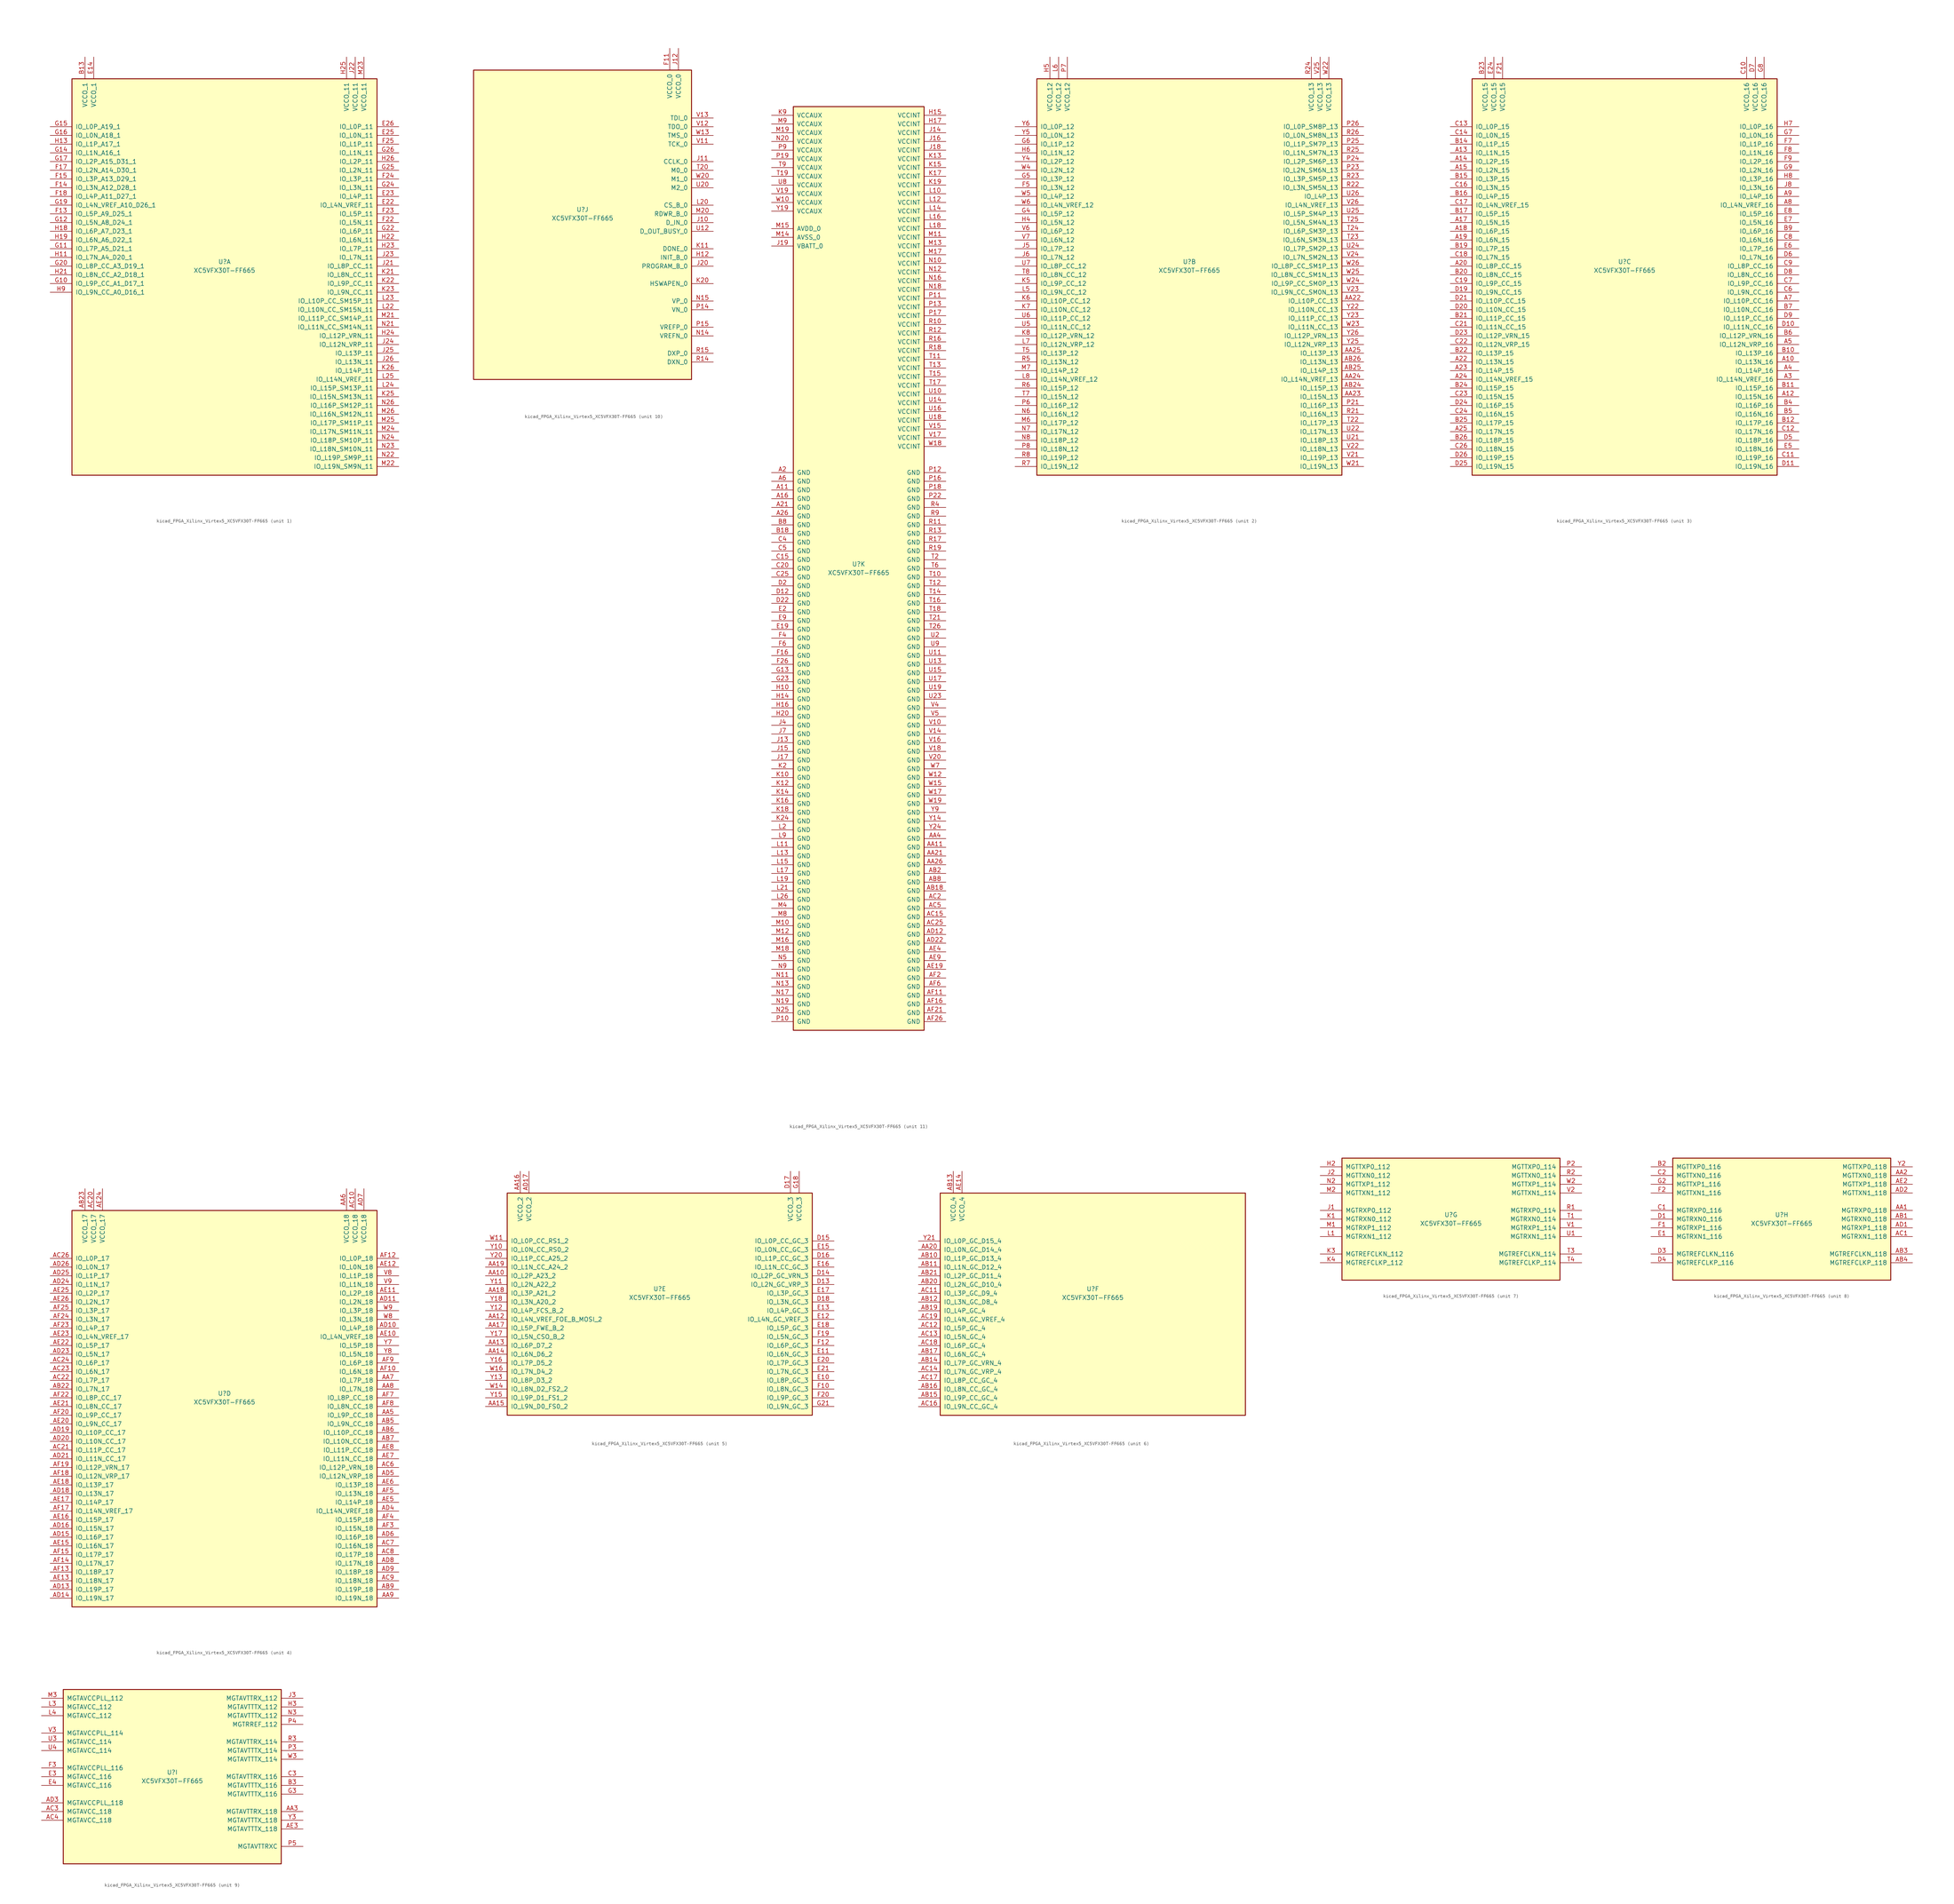
<source format=kicad_sym>
(kicad_symbol_lib
  (version 20220914)
  (generator kicad_symbol_editor)
  (symbol "kicad_FPGA_Xilinx_Virtex5_XC5VFX30T-FF665"
    (pin_names
      (offset 1.016))
    (property "Reference" "U"
      (at 0 1.27 0)
      (effects (font (size 1.27 1.27))))
    (property "Value" "XC5VFX30T-FF665"
      (at 0 -1.27 0)
      (effects (font (size 1.27 1.27))))
    (property "Datasheet" ""
      (at 0 0 0)
      (effects (font (size 1.27 1.27))))
    (property "ki_locked" ""
      (at 0 0 0)
      (effects (font (size 1.27 1.27))))
    (symbol "kicad_FPGA_Xilinx_Virtex5_XC5VFX30T-FF665_1_1"
      (rectangle (start -44.45 54.61) (end 44.45 -60.96) (stroke (width 0.254) (type default)) (fill (type background)))
      (pin power_in line (at -40.64 60.96 270) (length 6.35) (name "VCCO_1" (effects (font (size 1.27 1.27)))) (number "B13" (effects (font (size 1.27 1.27)))))
      (pin power_in line (at -38.1 60.96 270) (length 6.35) (name "VCCO_1" (effects (font (size 1.27 1.27)))) (number "E14" (effects (font (size 1.27 1.27)))))
      (pin bidirectional line (at 50.8 17.78 180) (length 6.35) (name "IO_L4N_VREF_11" (effects (font (size 1.27 1.27)))) (number "E22" (effects (font (size 1.27 1.27)))))
      (pin bidirectional line (at 50.8 20.32 180) (length 6.35) (name "IO_L4P_11" (effects (font (size 1.27 1.27)))) (number "E23" (effects (font (size 1.27 1.27)))))
      (pin bidirectional line (at 50.8 38.1 180) (length 6.35) (name "IO_L0N_11" (effects (font (size 1.27 1.27)))) (number "E25" (effects (font (size 1.27 1.27)))))
      (pin bidirectional line (at 50.8 40.64 180) (length 6.35) (name "IO_L0P_11" (effects (font (size 1.27 1.27)))) (number "E26" (effects (font (size 1.27 1.27)))))
      (pin bidirectional line (at -50.8 15.24 0) (length 6.35) (name "IO_L5P_A9_D25_1" (effects (font (size 1.27 1.27)))) (number "F13" (effects (font (size 1.27 1.27)))))
      (pin bidirectional line (at -50.8 22.86 0) (length 6.35) (name "IO_L3N_A12_D28_1" (effects (font (size 1.27 1.27)))) (number "F14" (effects (font (size 1.27 1.27)))))
      (pin bidirectional line (at -50.8 25.4 0) (length 6.35) (name "IO_L3P_A13_D29_1" (effects (font (size 1.27 1.27)))) (number "F15" (effects (font (size 1.27 1.27)))))
      (pin bidirectional line (at -50.8 27.94 0) (length 6.35) (name "IO_L2N_A14_D30_1" (effects (font (size 1.27 1.27)))) (number "F17" (effects (font (size 1.27 1.27)))))
      (pin bidirectional line (at -50.8 20.32 0) (length 6.35) (name "IO_L4P_A11_D27_1" (effects (font (size 1.27 1.27)))) (number "F18" (effects (font (size 1.27 1.27)))))
      (pin bidirectional line (at 50.8 12.7 180) (length 6.35) (name "IO_L5N_11" (effects (font (size 1.27 1.27)))) (number "F22" (effects (font (size 1.27 1.27)))))
      (pin bidirectional line (at 50.8 15.24 180) (length 6.35) (name "IO_L5P_11" (effects (font (size 1.27 1.27)))) (number "F23" (effects (font (size 1.27 1.27)))))
      (pin bidirectional line (at 50.8 25.4 180) (length 6.35) (name "IO_L3P_11" (effects (font (size 1.27 1.27)))) (number "F24" (effects (font (size 1.27 1.27)))))
      (pin bidirectional line (at 50.8 35.56 180) (length 6.35) (name "IO_L1P_11" (effects (font (size 1.27 1.27)))) (number "F25" (effects (font (size 1.27 1.27)))))
      (pin bidirectional line (at -50.8 -5.08 0) (length 6.35) (name "IO_L9P_CC_A1_D17_1" (effects (font (size 1.27 1.27)))) (number "G10" (effects (font (size 1.27 1.27)))))
      (pin bidirectional line (at -50.8 5.08 0) (length 6.35) (name "IO_L7P_A5_D21_1" (effects (font (size 1.27 1.27)))) (number "G11" (effects (font (size 1.27 1.27)))))
      (pin bidirectional line (at -50.8 12.7 0) (length 6.35) (name "IO_L5N_A8_D24_1" (effects (font (size 1.27 1.27)))) (number "G12" (effects (font (size 1.27 1.27)))))
      (pin bidirectional line (at -50.8 33.02 0) (length 6.35) (name "IO_L1N_A16_1" (effects (font (size 1.27 1.27)))) (number "G14" (effects (font (size 1.27 1.27)))))
      (pin bidirectional line (at -50.8 40.64 0) (length 6.35) (name "IO_L0P_A19_1" (effects (font (size 1.27 1.27)))) (number "G15" (effects (font (size 1.27 1.27)))))
      (pin bidirectional line (at -50.8 38.1 0) (length 6.35) (name "IO_L0N_A18_1" (effects (font (size 1.27 1.27)))) (number "G16" (effects (font (size 1.27 1.27)))))
      (pin bidirectional line (at -50.8 30.48 0) (length 6.35) (name "IO_L2P_A15_D31_1" (effects (font (size 1.27 1.27)))) (number "G17" (effects (font (size 1.27 1.27)))))
      (pin bidirectional line (at -50.8 17.78 0) (length 6.35) (name "IO_L4N_VREF_A10_D26_1" (effects (font (size 1.27 1.27)))) (number "G19" (effects (font (size 1.27 1.27)))))
      (pin bidirectional line (at -50.8 0 0) (length 6.35) (name "IO_L8P_CC_A3_D19_1" (effects (font (size 1.27 1.27)))) (number "G20" (effects (font (size 1.27 1.27)))))
      (pin bidirectional line (at 50.8 10.16 180) (length 6.35) (name "IO_L6P_11" (effects (font (size 1.27 1.27)))) (number "G22" (effects (font (size 1.27 1.27)))))
      (pin bidirectional line (at 50.8 22.86 180) (length 6.35) (name "IO_L3N_11" (effects (font (size 1.27 1.27)))) (number "G24" (effects (font (size 1.27 1.27)))))
      (pin bidirectional line (at 50.8 27.94 180) (length 6.35) (name "IO_L2N_11" (effects (font (size 1.27 1.27)))) (number "G25" (effects (font (size 1.27 1.27)))))
      (pin bidirectional line (at 50.8 33.02 180) (length 6.35) (name "IO_L1N_11" (effects (font (size 1.27 1.27)))) (number "G26" (effects (font (size 1.27 1.27)))))
      (pin bidirectional line (at -50.8 2.54 0) (length 6.35) (name "IO_L7N_A4_D20_1" (effects (font (size 1.27 1.27)))) (number "H11" (effects (font (size 1.27 1.27)))))
      (pin bidirectional line (at -50.8 35.56 0) (length 6.35) (name "IO_L1P_A17_1" (effects (font (size 1.27 1.27)))) (number "H13" (effects (font (size 1.27 1.27)))))
      (pin bidirectional line (at -50.8 10.16 0) (length 6.35) (name "IO_L6P_A7_D23_1" (effects (font (size 1.27 1.27)))) (number "H18" (effects (font (size 1.27 1.27)))))
      (pin bidirectional line (at -50.8 7.62 0) (length 6.35) (name "IO_L6N_A6_D22_1" (effects (font (size 1.27 1.27)))) (number "H19" (effects (font (size 1.27 1.27)))))
      (pin bidirectional line (at -50.8 -2.54 0) (length 6.35) (name "IO_L8N_CC_A2_D18_1" (effects (font (size 1.27 1.27)))) (number "H21" (effects (font (size 1.27 1.27)))))
      (pin bidirectional line (at 50.8 7.62 180) (length 6.35) (name "IO_L6N_11" (effects (font (size 1.27 1.27)))) (number "H22" (effects (font (size 1.27 1.27)))))
      (pin bidirectional line (at 50.8 5.08 180) (length 6.35) (name "IO_L7P_11" (effects (font (size 1.27 1.27)))) (number "H23" (effects (font (size 1.27 1.27)))))
      (pin bidirectional line (at 50.8 -20.32 180) (length 6.35) (name "IO_L12P_VRN_11" (effects (font (size 1.27 1.27)))) (number "H24" (effects (font (size 1.27 1.27)))))
      (pin power_in line (at 35.56 60.96 270) (length 6.35) (name "VCCO_11" (effects (font (size 1.27 1.27)))) (number "H25" (effects (font (size 1.27 1.27)))))
      (pin bidirectional line (at 50.8 30.48 180) (length 6.35) (name "IO_L2P_11" (effects (font (size 1.27 1.27)))) (number "H26" (effects (font (size 1.27 1.27)))))
      (pin bidirectional line (at -50.8 -7.62 0) (length 6.35) (name "IO_L9N_CC_A0_D16_1" (effects (font (size 1.27 1.27)))) (number "H9" (effects (font (size 1.27 1.27)))))
      (pin bidirectional line (at 50.8 0 180) (length 6.35) (name "IO_L8P_CC_11" (effects (font (size 1.27 1.27)))) (number "J21" (effects (font (size 1.27 1.27)))))
      (pin power_in line (at 38.1 60.96 270) (length 6.35) (name "VCCO_11" (effects (font (size 1.27 1.27)))) (number "J22" (effects (font (size 1.27 1.27)))))
      (pin bidirectional line (at 50.8 2.54 180) (length 6.35) (name "IO_L7N_11" (effects (font (size 1.27 1.27)))) (number "J23" (effects (font (size 1.27 1.27)))))
      (pin bidirectional line (at 50.8 -22.86 180) (length 6.35) (name "IO_L12N_VRP_11" (effects (font (size 1.27 1.27)))) (number "J24" (effects (font (size 1.27 1.27)))))
      (pin bidirectional line (at 50.8 -25.4 180) (length 6.35) (name "IO_L13P_11" (effects (font (size 1.27 1.27)))) (number "J25" (effects (font (size 1.27 1.27)))))
      (pin bidirectional line (at 50.8 -27.94 180) (length 6.35) (name "IO_L13N_11" (effects (font (size 1.27 1.27)))) (number "J26" (effects (font (size 1.27 1.27)))))
      (pin bidirectional line (at 50.8 -2.54 180) (length 6.35) (name "IO_L8N_CC_11" (effects (font (size 1.27 1.27)))) (number "K21" (effects (font (size 1.27 1.27)))))
      (pin bidirectional line (at 50.8 -5.08 180) (length 6.35) (name "IO_L9P_CC_11" (effects (font (size 1.27 1.27)))) (number "K22" (effects (font (size 1.27 1.27)))))
      (pin bidirectional line (at 50.8 -7.62 180) (length 6.35) (name "IO_L9N_CC_11" (effects (font (size 1.27 1.27)))) (number "K23" (effects (font (size 1.27 1.27)))))
      (pin bidirectional line (at 50.8 -38.1 180) (length 6.35) (name "IO_L15N_SM13N_11" (effects (font (size 1.27 1.27)))) (number "K25" (effects (font (size 1.27 1.27)))))
      (pin bidirectional line (at 50.8 -30.48 180) (length 6.35) (name "IO_L14P_11" (effects (font (size 1.27 1.27)))) (number "K26" (effects (font (size 1.27 1.27)))))
      (pin bidirectional line (at 50.8 -12.7 180) (length 6.35) (name "IO_L10N_CC_SM15N_11" (effects (font (size 1.27 1.27)))) (number "L22" (effects (font (size 1.27 1.27)))))
      (pin bidirectional line (at 50.8 -10.16 180) (length 6.35) (name "IO_L10P_CC_SM15P_11" (effects (font (size 1.27 1.27)))) (number "L23" (effects (font (size 1.27 1.27)))))
      (pin bidirectional line (at 50.8 -35.56 180) (length 6.35) (name "IO_L15P_SM13P_11" (effects (font (size 1.27 1.27)))) (number "L24" (effects (font (size 1.27 1.27)))))
      (pin bidirectional line (at 50.8 -33.02 180) (length 6.35) (name "IO_L14N_VREF_11" (effects (font (size 1.27 1.27)))) (number "L25" (effects (font (size 1.27 1.27)))))
      (pin bidirectional line (at 50.8 -15.24 180) (length 6.35) (name "IO_L11P_CC_SM14P_11" (effects (font (size 1.27 1.27)))) (number "M21" (effects (font (size 1.27 1.27)))))
      (pin bidirectional line (at 50.8 -58.42 180) (length 6.35) (name "IO_L19N_SM9N_11" (effects (font (size 1.27 1.27)))) (number "M22" (effects (font (size 1.27 1.27)))))
      (pin power_in line (at 40.64 60.96 270) (length 6.35) (name "VCCO_11" (effects (font (size 1.27 1.27)))) (number "M23" (effects (font (size 1.27 1.27)))))
      (pin bidirectional line (at 50.8 -48.26 180) (length 6.35) (name "IO_L17N_SM11N_11" (effects (font (size 1.27 1.27)))) (number "M24" (effects (font (size 1.27 1.27)))))
      (pin bidirectional line (at 50.8 -45.72 180) (length 6.35) (name "IO_L17P_SM11P_11" (effects (font (size 1.27 1.27)))) (number "M25" (effects (font (size 1.27 1.27)))))
      (pin bidirectional line (at 50.8 -43.18 180) (length 6.35) (name "IO_L16N_SM12N_11" (effects (font (size 1.27 1.27)))) (number "M26" (effects (font (size 1.27 1.27)))))
      (pin bidirectional line (at 50.8 -17.78 180) (length 6.35) (name "IO_L11N_CC_SM14N_11" (effects (font (size 1.27 1.27)))) (number "N21" (effects (font (size 1.27 1.27)))))
      (pin bidirectional line (at 50.8 -55.88 180) (length 6.35) (name "IO_L19P_SM9P_11" (effects (font (size 1.27 1.27)))) (number "N22" (effects (font (size 1.27 1.27)))))
      (pin bidirectional line (at 50.8 -53.34 180) (length 6.35) (name "IO_L18N_SM10N_11" (effects (font (size 1.27 1.27)))) (number "N23" (effects (font (size 1.27 1.27)))))
      (pin bidirectional line (at 50.8 -50.8 180) (length 6.35) (name "IO_L18P_SM10P_11" (effects (font (size 1.27 1.27)))) (number "N24" (effects (font (size 1.27 1.27)))))
      (pin bidirectional line (at 50.8 -40.64 180) (length 6.35) (name "IO_L16P_SM12P_11" (effects (font (size 1.27 1.27)))) (number "N26" (effects (font (size 1.27 1.27))))))
    (symbol "kicad_FPGA_Xilinx_Virtex5_XC5VFX30T-FF665_2_1"
      (rectangle (start -44.45 54.61) (end 44.45 -60.96) (stroke (width 0.254) (type default)) (fill (type background)))
      (pin bidirectional line (at 50.8 -10.16 180) (length 6.35) (name "IO_L10P_CC_13" (effects (font (size 1.27 1.27)))) (number "AA22" (effects (font (size 1.27 1.27)))))
      (pin bidirectional line (at 50.8 -38.1 180) (length 6.35) (name "IO_L15N_13" (effects (font (size 1.27 1.27)))) (number "AA23" (effects (font (size 1.27 1.27)))))
      (pin bidirectional line (at 50.8 -33.02 180) (length 6.35) (name "IO_L14N_VREF_13" (effects (font (size 1.27 1.27)))) (number "AA24" (effects (font (size 1.27 1.27)))))
      (pin bidirectional line (at 50.8 -25.4 180) (length 6.35) (name "IO_L13P_13" (effects (font (size 1.27 1.27)))) (number "AA25" (effects (font (size 1.27 1.27)))))
      (pin bidirectional line (at 50.8 -35.56 180) (length 6.35) (name "IO_L15P_13" (effects (font (size 1.27 1.27)))) (number "AB24" (effects (font (size 1.27 1.27)))))
      (pin bidirectional line (at 50.8 -30.48 180) (length 6.35) (name "IO_L14P_13" (effects (font (size 1.27 1.27)))) (number "AB25" (effects (font (size 1.27 1.27)))))
      (pin bidirectional line (at 50.8 -27.94 180) (length 6.35) (name "IO_L13N_13" (effects (font (size 1.27 1.27)))) (number "AB26" (effects (font (size 1.27 1.27)))))
      (pin bidirectional line (at -50.8 22.86 0) (length 6.35) (name "IO_L3N_12" (effects (font (size 1.27 1.27)))) (number "F5" (effects (font (size 1.27 1.27)))))
      (pin bidirectional line (at -50.8 15.24 0) (length 6.35) (name "IO_L5P_12" (effects (font (size 1.27 1.27)))) (number "G4" (effects (font (size 1.27 1.27)))))
      (pin bidirectional line (at -50.8 25.4 0) (length 6.35) (name "IO_L3P_12" (effects (font (size 1.27 1.27)))) (number "G5" (effects (font (size 1.27 1.27)))))
      (pin bidirectional line (at -50.8 35.56 0) (length 6.35) (name "IO_L1P_12" (effects (font (size 1.27 1.27)))) (number "G6" (effects (font (size 1.27 1.27)))))
      (pin bidirectional line (at -50.8 12.7 0) (length 6.35) (name "IO_L5N_12" (effects (font (size 1.27 1.27)))) (number "H4" (effects (font (size 1.27 1.27)))))
      (pin power_in line (at -40.64 60.96 270) (length 6.35) (name "VCCO_12" (effects (font (size 1.27 1.27)))) (number "H5" (effects (font (size 1.27 1.27)))))
      (pin bidirectional line (at -50.8 33.02 0) (length 6.35) (name "IO_L1N_12" (effects (font (size 1.27 1.27)))) (number "H6" (effects (font (size 1.27 1.27)))))
      (pin bidirectional line (at -50.8 5.08 0) (length 6.35) (name "IO_L7P_12" (effects (font (size 1.27 1.27)))) (number "J5" (effects (font (size 1.27 1.27)))))
      (pin bidirectional line (at -50.8 2.54 0) (length 6.35) (name "IO_L7N_12" (effects (font (size 1.27 1.27)))) (number "J6" (effects (font (size 1.27 1.27)))))
      (pin bidirectional line (at -50.8 -5.08 0) (length 6.35) (name "IO_L9P_CC_12" (effects (font (size 1.27 1.27)))) (number "K5" (effects (font (size 1.27 1.27)))))
      (pin bidirectional line (at -50.8 -10.16 0) (length 6.35) (name "IO_L10P_CC_12" (effects (font (size 1.27 1.27)))) (number "K6" (effects (font (size 1.27 1.27)))))
      (pin bidirectional line (at -50.8 -12.7 0) (length 6.35) (name "IO_L10N_CC_12" (effects (font (size 1.27 1.27)))) (number "K7" (effects (font (size 1.27 1.27)))))
      (pin bidirectional line (at -50.8 -20.32 0) (length 6.35) (name "IO_L12P_VRN_12" (effects (font (size 1.27 1.27)))) (number "K8" (effects (font (size 1.27 1.27)))))
      (pin bidirectional line (at -50.8 -7.62 0) (length 6.35) (name "IO_L9N_CC_12" (effects (font (size 1.27 1.27)))) (number "L5" (effects (font (size 1.27 1.27)))))
      (pin power_in line (at -38.1 60.96 270) (length 6.35) (name "VCCO_12" (effects (font (size 1.27 1.27)))) (number "L6" (effects (font (size 1.27 1.27)))))
      (pin bidirectional line (at -50.8 -22.86 0) (length 6.35) (name "IO_L12N_VRP_12" (effects (font (size 1.27 1.27)))) (number "L7" (effects (font (size 1.27 1.27)))))
      (pin bidirectional line (at -50.8 -33.02 0) (length 6.35) (name "IO_L14N_VREF_12" (effects (font (size 1.27 1.27)))) (number "L8" (effects (font (size 1.27 1.27)))))
      (pin bidirectional line (at -50.8 -45.72 0) (length 6.35) (name "IO_L17P_12" (effects (font (size 1.27 1.27)))) (number "M6" (effects (font (size 1.27 1.27)))))
      (pin bidirectional line (at -50.8 -30.48 0) (length 6.35) (name "IO_L14P_12" (effects (font (size 1.27 1.27)))) (number "M7" (effects (font (size 1.27 1.27)))))
      (pin bidirectional line (at -50.8 -43.18 0) (length 6.35) (name "IO_L16N_12" (effects (font (size 1.27 1.27)))) (number "N6" (effects (font (size 1.27 1.27)))))
      (pin bidirectional line (at -50.8 -48.26 0) (length 6.35) (name "IO_L17N_12" (effects (font (size 1.27 1.27)))) (number "N7" (effects (font (size 1.27 1.27)))))
      (pin bidirectional line (at -50.8 -50.8 0) (length 6.35) (name "IO_L18P_12" (effects (font (size 1.27 1.27)))) (number "N8" (effects (font (size 1.27 1.27)))))
      (pin bidirectional line (at 50.8 -40.64 180) (length 6.35) (name "IO_L16P_13" (effects (font (size 1.27 1.27)))) (number "P21" (effects (font (size 1.27 1.27)))))
      (pin bidirectional line (at 50.8 27.94 180) (length 6.35) (name "IO_L2N_SM6N_13" (effects (font (size 1.27 1.27)))) (number "P23" (effects (font (size 1.27 1.27)))))
      (pin bidirectional line (at 50.8 30.48 180) (length 6.35) (name "IO_L2P_SM6P_13" (effects (font (size 1.27 1.27)))) (number "P24" (effects (font (size 1.27 1.27)))))
      (pin bidirectional line (at 50.8 35.56 180) (length 6.35) (name "IO_L1P_SM7P_13" (effects (font (size 1.27 1.27)))) (number "P25" (effects (font (size 1.27 1.27)))))
      (pin bidirectional line (at 50.8 40.64 180) (length 6.35) (name "IO_L0P_SM8P_13" (effects (font (size 1.27 1.27)))) (number "P26" (effects (font (size 1.27 1.27)))))
      (pin bidirectional line (at -50.8 -40.64 0) (length 6.35) (name "IO_L16P_12" (effects (font (size 1.27 1.27)))) (number "P6" (effects (font (size 1.27 1.27)))))
      (pin power_in line (at -35.56 60.96 270) (length 6.35) (name "VCCO_12" (effects (font (size 1.27 1.27)))) (number "P7" (effects (font (size 1.27 1.27)))))
      (pin bidirectional line (at -50.8 -53.34 0) (length 6.35) (name "IO_L18N_12" (effects (font (size 1.27 1.27)))) (number "P8" (effects (font (size 1.27 1.27)))))
      (pin bidirectional line (at 50.8 -43.18 180) (length 6.35) (name "IO_L16N_13" (effects (font (size 1.27 1.27)))) (number "R21" (effects (font (size 1.27 1.27)))))
      (pin bidirectional line (at 50.8 22.86 180) (length 6.35) (name "IO_L3N_SM5N_13" (effects (font (size 1.27 1.27)))) (number "R22" (effects (font (size 1.27 1.27)))))
      (pin bidirectional line (at 50.8 25.4 180) (length 6.35) (name "IO_L3P_SM5P_13" (effects (font (size 1.27 1.27)))) (number "R23" (effects (font (size 1.27 1.27)))))
      (pin power_in line (at 35.56 60.96 270) (length 6.35) (name "VCCO_13" (effects (font (size 1.27 1.27)))) (number "R24" (effects (font (size 1.27 1.27)))))
      (pin bidirectional line (at 50.8 33.02 180) (length 6.35) (name "IO_L1N_SM7N_13" (effects (font (size 1.27 1.27)))) (number "R25" (effects (font (size 1.27 1.27)))))
      (pin bidirectional line (at 50.8 38.1 180) (length 6.35) (name "IO_L0N_SM8N_13" (effects (font (size 1.27 1.27)))) (number "R26" (effects (font (size 1.27 1.27)))))
      (pin bidirectional line (at -50.8 -27.94 0) (length 6.35) (name "IO_L13N_12" (effects (font (size 1.27 1.27)))) (number "R5" (effects (font (size 1.27 1.27)))))
      (pin bidirectional line (at -50.8 -35.56 0) (length 6.35) (name "IO_L15P_12" (effects (font (size 1.27 1.27)))) (number "R6" (effects (font (size 1.27 1.27)))))
      (pin bidirectional line (at -50.8 -58.42 0) (length 6.35) (name "IO_L19N_12" (effects (font (size 1.27 1.27)))) (number "R7" (effects (font (size 1.27 1.27)))))
      (pin bidirectional line (at -50.8 -55.88 0) (length 6.35) (name "IO_L19P_12" (effects (font (size 1.27 1.27)))) (number "R8" (effects (font (size 1.27 1.27)))))
      (pin bidirectional line (at 50.8 -45.72 180) (length 6.35) (name "IO_L17P_13" (effects (font (size 1.27 1.27)))) (number "T22" (effects (font (size 1.27 1.27)))))
      (pin bidirectional line (at 50.8 7.62 180) (length 6.35) (name "IO_L6N_SM3N_13" (effects (font (size 1.27 1.27)))) (number "T23" (effects (font (size 1.27 1.27)))))
      (pin bidirectional line (at 50.8 10.16 180) (length 6.35) (name "IO_L6P_SM3P_13" (effects (font (size 1.27 1.27)))) (number "T24" (effects (font (size 1.27 1.27)))))
      (pin bidirectional line (at 50.8 12.7 180) (length 6.35) (name "IO_L5N_SM4N_13" (effects (font (size 1.27 1.27)))) (number "T25" (effects (font (size 1.27 1.27)))))
      (pin bidirectional line (at -50.8 -25.4 0) (length 6.35) (name "IO_L13P_12" (effects (font (size 1.27 1.27)))) (number "T5" (effects (font (size 1.27 1.27)))))
      (pin bidirectional line (at -50.8 -38.1 0) (length 6.35) (name "IO_L15N_12" (effects (font (size 1.27 1.27)))) (number "T7" (effects (font (size 1.27 1.27)))))
      (pin bidirectional line (at -50.8 -2.54 0) (length 6.35) (name "IO_L8N_CC_12" (effects (font (size 1.27 1.27)))) (number "T8" (effects (font (size 1.27 1.27)))))
      (pin bidirectional line (at 50.8 -50.8 180) (length 6.35) (name "IO_L18P_13" (effects (font (size 1.27 1.27)))) (number "U21" (effects (font (size 1.27 1.27)))))
      (pin bidirectional line (at 50.8 -48.26 180) (length 6.35) (name "IO_L17N_13" (effects (font (size 1.27 1.27)))) (number "U22" (effects (font (size 1.27 1.27)))))
      (pin bidirectional line (at 50.8 5.08 180) (length 6.35) (name "IO_L7P_SM2P_13" (effects (font (size 1.27 1.27)))) (number "U24" (effects (font (size 1.27 1.27)))))
      (pin bidirectional line (at 50.8 15.24 180) (length 6.35) (name "IO_L5P_SM4P_13" (effects (font (size 1.27 1.27)))) (number "U25" (effects (font (size 1.27 1.27)))))
      (pin bidirectional line (at 50.8 20.32 180) (length 6.35) (name "IO_L4P_13" (effects (font (size 1.27 1.27)))) (number "U26" (effects (font (size 1.27 1.27)))))
      (pin bidirectional line (at -50.8 -17.78 0) (length 6.35) (name "IO_L11N_CC_12" (effects (font (size 1.27 1.27)))) (number "U5" (effects (font (size 1.27 1.27)))))
      (pin bidirectional line (at -50.8 -15.24 0) (length 6.35) (name "IO_L11P_CC_12" (effects (font (size 1.27 1.27)))) (number "U6" (effects (font (size 1.27 1.27)))))
      (pin bidirectional line (at -50.8 0 0) (length 6.35) (name "IO_L8P_CC_12" (effects (font (size 1.27 1.27)))) (number "U7" (effects (font (size 1.27 1.27)))))
      (pin bidirectional line (at 50.8 -55.88 180) (length 6.35) (name "IO_L19P_13" (effects (font (size 1.27 1.27)))) (number "V21" (effects (font (size 1.27 1.27)))))
      (pin bidirectional line (at 50.8 -53.34 180) (length 6.35) (name "IO_L18N_13" (effects (font (size 1.27 1.27)))) (number "V22" (effects (font (size 1.27 1.27)))))
      (pin bidirectional line (at 50.8 -7.62 180) (length 6.35) (name "IO_L9N_CC_SM0N_13" (effects (font (size 1.27 1.27)))) (number "V23" (effects (font (size 1.27 1.27)))))
      (pin bidirectional line (at 50.8 2.54 180) (length 6.35) (name "IO_L7N_SM2N_13" (effects (font (size 1.27 1.27)))) (number "V24" (effects (font (size 1.27 1.27)))))
      (pin power_in line (at 38.1 60.96 270) (length 6.35) (name "VCCO_13" (effects (font (size 1.27 1.27)))) (number "V25" (effects (font (size 1.27 1.27)))))
      (pin bidirectional line (at 50.8 17.78 180) (length 6.35) (name "IO_L4N_VREF_13" (effects (font (size 1.27 1.27)))) (number "V26" (effects (font (size 1.27 1.27)))))
      (pin bidirectional line (at -50.8 10.16 0) (length 6.35) (name "IO_L6P_12" (effects (font (size 1.27 1.27)))) (number "V6" (effects (font (size 1.27 1.27)))))
      (pin bidirectional line (at -50.8 7.62 0) (length 6.35) (name "IO_L6N_12" (effects (font (size 1.27 1.27)))) (number "V7" (effects (font (size 1.27 1.27)))))
      (pin bidirectional line (at 50.8 -58.42 180) (length 6.35) (name "IO_L19N_13" (effects (font (size 1.27 1.27)))) (number "W21" (effects (font (size 1.27 1.27)))))
      (pin power_in line (at 40.64 60.96 270) (length 6.35) (name "VCCO_13" (effects (font (size 1.27 1.27)))) (number "W22" (effects (font (size 1.27 1.27)))))
      (pin bidirectional line (at 50.8 -17.78 180) (length 6.35) (name "IO_L11N_CC_13" (effects (font (size 1.27 1.27)))) (number "W23" (effects (font (size 1.27 1.27)))))
      (pin bidirectional line (at 50.8 -5.08 180) (length 6.35) (name "IO_L9P_CC_SM0P_13" (effects (font (size 1.27 1.27)))) (number "W24" (effects (font (size 1.27 1.27)))))
      (pin bidirectional line (at 50.8 -2.54 180) (length 6.35) (name "IO_L8N_CC_SM1N_13" (effects (font (size 1.27 1.27)))) (number "W25" (effects (font (size 1.27 1.27)))))
      (pin bidirectional line (at 50.8 0 180) (length 6.35) (name "IO_L8P_CC_SM1P_13" (effects (font (size 1.27 1.27)))) (number "W26" (effects (font (size 1.27 1.27)))))
      (pin bidirectional line (at -50.8 27.94 0) (length 6.35) (name "IO_L2N_12" (effects (font (size 1.27 1.27)))) (number "W4" (effects (font (size 1.27 1.27)))))
      (pin bidirectional line (at -50.8 20.32 0) (length 6.35) (name "IO_L4P_12" (effects (font (size 1.27 1.27)))) (number "W5" (effects (font (size 1.27 1.27)))))
      (pin bidirectional line (at -50.8 17.78 0) (length 6.35) (name "IO_L4N_VREF_12" (effects (font (size 1.27 1.27)))) (number "W6" (effects (font (size 1.27 1.27)))))
      (pin bidirectional line (at 50.8 -12.7 180) (length 6.35) (name "IO_L10N_CC_13" (effects (font (size 1.27 1.27)))) (number "Y22" (effects (font (size 1.27 1.27)))))
      (pin bidirectional line (at 50.8 -15.24 180) (length 6.35) (name "IO_L11P_CC_13" (effects (font (size 1.27 1.27)))) (number "Y23" (effects (font (size 1.27 1.27)))))
      (pin bidirectional line (at 50.8 -22.86 180) (length 6.35) (name "IO_L12N_VRP_13" (effects (font (size 1.27 1.27)))) (number "Y25" (effects (font (size 1.27 1.27)))))
      (pin bidirectional line (at 50.8 -20.32 180) (length 6.35) (name "IO_L12P_VRN_13" (effects (font (size 1.27 1.27)))) (number "Y26" (effects (font (size 1.27 1.27)))))
      (pin bidirectional line (at -50.8 30.48 0) (length 6.35) (name "IO_L2P_12" (effects (font (size 1.27 1.27)))) (number "Y4" (effects (font (size 1.27 1.27)))))
      (pin bidirectional line (at -50.8 38.1 0) (length 6.35) (name "IO_L0N_12" (effects (font (size 1.27 1.27)))) (number "Y5" (effects (font (size 1.27 1.27)))))
      (pin bidirectional line (at -50.8 40.64 0) (length 6.35) (name "IO_L0P_12" (effects (font (size 1.27 1.27)))) (number "Y6" (effects (font (size 1.27 1.27))))))
    (symbol "kicad_FPGA_Xilinx_Virtex5_XC5VFX30T-FF665_3_1"
      (rectangle (start -44.45 54.61) (end 44.45 -60.96) (stroke (width 0.254) (type default)) (fill (type background)))
      (pin bidirectional line (at 50.8 -27.94 180) (length 6.35) (name "IO_L13N_16" (effects (font (size 1.27 1.27)))) (number "A10" (effects (font (size 1.27 1.27)))))
      (pin bidirectional line (at 50.8 -38.1 180) (length 6.35) (name "IO_L15N_16" (effects (font (size 1.27 1.27)))) (number "A12" (effects (font (size 1.27 1.27)))))
      (pin bidirectional line (at -50.8 33.02 0) (length 6.35) (name "IO_L1N_15" (effects (font (size 1.27 1.27)))) (number "A13" (effects (font (size 1.27 1.27)))))
      (pin bidirectional line (at -50.8 30.48 0) (length 6.35) (name "IO_L2P_15" (effects (font (size 1.27 1.27)))) (number "A14" (effects (font (size 1.27 1.27)))))
      (pin bidirectional line (at -50.8 27.94 0) (length 6.35) (name "IO_L2N_15" (effects (font (size 1.27 1.27)))) (number "A15" (effects (font (size 1.27 1.27)))))
      (pin bidirectional line (at -50.8 12.7 0) (length 6.35) (name "IO_L5N_15" (effects (font (size 1.27 1.27)))) (number "A17" (effects (font (size 1.27 1.27)))))
      (pin bidirectional line (at -50.8 10.16 0) (length 6.35) (name "IO_L6P_15" (effects (font (size 1.27 1.27)))) (number "A18" (effects (font (size 1.27 1.27)))))
      (pin bidirectional line (at -50.8 7.62 0) (length 6.35) (name "IO_L6N_15" (effects (font (size 1.27 1.27)))) (number "A19" (effects (font (size 1.27 1.27)))))
      (pin bidirectional line (at -50.8 0 0) (length 6.35) (name "IO_L8P_CC_15" (effects (font (size 1.27 1.27)))) (number "A20" (effects (font (size 1.27 1.27)))))
      (pin bidirectional line (at -50.8 -27.94 0) (length 6.35) (name "IO_L13N_15" (effects (font (size 1.27 1.27)))) (number "A22" (effects (font (size 1.27 1.27)))))
      (pin bidirectional line (at -50.8 -30.48 0) (length 6.35) (name "IO_L14P_15" (effects (font (size 1.27 1.27)))) (number "A23" (effects (font (size 1.27 1.27)))))
      (pin bidirectional line (at -50.8 -33.02 0) (length 6.35) (name "IO_L14N_VREF_15" (effects (font (size 1.27 1.27)))) (number "A24" (effects (font (size 1.27 1.27)))))
      (pin bidirectional line (at -50.8 -48.26 0) (length 6.35) (name "IO_L17N_15" (effects (font (size 1.27 1.27)))) (number "A25" (effects (font (size 1.27 1.27)))))
      (pin bidirectional line (at 50.8 -33.02 180) (length 6.35) (name "IO_L14N_VREF_16" (effects (font (size 1.27 1.27)))) (number "A3" (effects (font (size 1.27 1.27)))))
      (pin bidirectional line (at 50.8 -30.48 180) (length 6.35) (name "IO_L14P_16" (effects (font (size 1.27 1.27)))) (number "A4" (effects (font (size 1.27 1.27)))))
      (pin bidirectional line (at 50.8 -22.86 180) (length 6.35) (name "IO_L12N_VRP_16" (effects (font (size 1.27 1.27)))) (number "A5" (effects (font (size 1.27 1.27)))))
      (pin bidirectional line (at 50.8 -10.16 180) (length 6.35) (name "IO_L10P_CC_16" (effects (font (size 1.27 1.27)))) (number "A7" (effects (font (size 1.27 1.27)))))
      (pin bidirectional line (at 50.8 17.78 180) (length 6.35) (name "IO_L4N_VREF_16" (effects (font (size 1.27 1.27)))) (number "A8" (effects (font (size 1.27 1.27)))))
      (pin bidirectional line (at 50.8 20.32 180) (length 6.35) (name "IO_L4P_16" (effects (font (size 1.27 1.27)))) (number "A9" (effects (font (size 1.27 1.27)))))
      (pin bidirectional line (at 50.8 -25.4 180) (length 6.35) (name "IO_L13P_16" (effects (font (size 1.27 1.27)))) (number "B10" (effects (font (size 1.27 1.27)))))
      (pin bidirectional line (at 50.8 -35.56 180) (length 6.35) (name "IO_L15P_16" (effects (font (size 1.27 1.27)))) (number "B11" (effects (font (size 1.27 1.27)))))
      (pin bidirectional line (at 50.8 -45.72 180) (length 6.35) (name "IO_L17P_16" (effects (font (size 1.27 1.27)))) (number "B12" (effects (font (size 1.27 1.27)))))
      (pin bidirectional line (at -50.8 35.56 0) (length 6.35) (name "IO_L1P_15" (effects (font (size 1.27 1.27)))) (number "B14" (effects (font (size 1.27 1.27)))))
      (pin bidirectional line (at -50.8 25.4 0) (length 6.35) (name "IO_L3P_15" (effects (font (size 1.27 1.27)))) (number "B15" (effects (font (size 1.27 1.27)))))
      (pin bidirectional line (at -50.8 20.32 0) (length 6.35) (name "IO_L4P_15" (effects (font (size 1.27 1.27)))) (number "B16" (effects (font (size 1.27 1.27)))))
      (pin bidirectional line (at -50.8 15.24 0) (length 6.35) (name "IO_L5P_15" (effects (font (size 1.27 1.27)))) (number "B17" (effects (font (size 1.27 1.27)))))
      (pin bidirectional line (at -50.8 5.08 0) (length 6.35) (name "IO_L7P_15" (effects (font (size 1.27 1.27)))) (number "B19" (effects (font (size 1.27 1.27)))))
      (pin bidirectional line (at -50.8 -2.54 0) (length 6.35) (name "IO_L8N_CC_15" (effects (font (size 1.27 1.27)))) (number "B20" (effects (font (size 1.27 1.27)))))
      (pin bidirectional line (at -50.8 -15.24 0) (length 6.35) (name "IO_L11P_CC_15" (effects (font (size 1.27 1.27)))) (number "B21" (effects (font (size 1.27 1.27)))))
      (pin bidirectional line (at -50.8 -25.4 0) (length 6.35) (name "IO_L13P_15" (effects (font (size 1.27 1.27)))) (number "B22" (effects (font (size 1.27 1.27)))))
      (pin power_in line (at -40.64 60.96 270) (length 6.35) (name "VCCO_15" (effects (font (size 1.27 1.27)))) (number "B23" (effects (font (size 1.27 1.27)))))
      (pin bidirectional line (at -50.8 -35.56 0) (length 6.35) (name "IO_L15P_15" (effects (font (size 1.27 1.27)))) (number "B24" (effects (font (size 1.27 1.27)))))
      (pin bidirectional line (at -50.8 -45.72 0) (length 6.35) (name "IO_L17P_15" (effects (font (size 1.27 1.27)))) (number "B25" (effects (font (size 1.27 1.27)))))
      (pin bidirectional line (at -50.8 -50.8 0) (length 6.35) (name "IO_L18P_15" (effects (font (size 1.27 1.27)))) (number "B26" (effects (font (size 1.27 1.27)))))
      (pin bidirectional line (at 50.8 -40.64 180) (length 6.35) (name "IO_L16P_16" (effects (font (size 1.27 1.27)))) (number "B4" (effects (font (size 1.27 1.27)))))
      (pin bidirectional line (at 50.8 -43.18 180) (length 6.35) (name "IO_L16N_16" (effects (font (size 1.27 1.27)))) (number "B5" (effects (font (size 1.27 1.27)))))
      (pin bidirectional line (at 50.8 -20.32 180) (length 6.35) (name "IO_L12P_VRN_16" (effects (font (size 1.27 1.27)))) (number "B6" (effects (font (size 1.27 1.27)))))
      (pin bidirectional line (at 50.8 -12.7 180) (length 6.35) (name "IO_L10N_CC_16" (effects (font (size 1.27 1.27)))) (number "B7" (effects (font (size 1.27 1.27)))))
      (pin bidirectional line (at 50.8 10.16 180) (length 6.35) (name "IO_L6P_16" (effects (font (size 1.27 1.27)))) (number "B9" (effects (font (size 1.27 1.27)))))
      (pin power_in line (at 35.56 60.96 270) (length 6.35) (name "VCCO_16" (effects (font (size 1.27 1.27)))) (number "C10" (effects (font (size 1.27 1.27)))))
      (pin bidirectional line (at 50.8 -55.88 180) (length 6.35) (name "IO_L19P_16" (effects (font (size 1.27 1.27)))) (number "C11" (effects (font (size 1.27 1.27)))))
      (pin bidirectional line (at 50.8 -48.26 180) (length 6.35) (name "IO_L17N_16" (effects (font (size 1.27 1.27)))) (number "C12" (effects (font (size 1.27 1.27)))))
      (pin bidirectional line (at -50.8 40.64 0) (length 6.35) (name "IO_L0P_15" (effects (font (size 1.27 1.27)))) (number "C13" (effects (font (size 1.27 1.27)))))
      (pin bidirectional line (at -50.8 38.1 0) (length 6.35) (name "IO_L0N_15" (effects (font (size 1.27 1.27)))) (number "C14" (effects (font (size 1.27 1.27)))))
      (pin bidirectional line (at -50.8 22.86 0) (length 6.35) (name "IO_L3N_15" (effects (font (size 1.27 1.27)))) (number "C16" (effects (font (size 1.27 1.27)))))
      (pin bidirectional line (at -50.8 17.78 0) (length 6.35) (name "IO_L4N_VREF_15" (effects (font (size 1.27 1.27)))) (number "C17" (effects (font (size 1.27 1.27)))))
      (pin bidirectional line (at -50.8 2.54 0) (length 6.35) (name "IO_L7N_15" (effects (font (size 1.27 1.27)))) (number "C18" (effects (font (size 1.27 1.27)))))
      (pin bidirectional line (at -50.8 -5.08 0) (length 6.35) (name "IO_L9P_CC_15" (effects (font (size 1.27 1.27)))) (number "C19" (effects (font (size 1.27 1.27)))))
      (pin bidirectional line (at -50.8 -17.78 0) (length 6.35) (name "IO_L11N_CC_15" (effects (font (size 1.27 1.27)))) (number "C21" (effects (font (size 1.27 1.27)))))
      (pin bidirectional line (at -50.8 -22.86 0) (length 6.35) (name "IO_L12N_VRP_15" (effects (font (size 1.27 1.27)))) (number "C22" (effects (font (size 1.27 1.27)))))
      (pin bidirectional line (at -50.8 -38.1 0) (length 6.35) (name "IO_L15N_15" (effects (font (size 1.27 1.27)))) (number "C23" (effects (font (size 1.27 1.27)))))
      (pin bidirectional line (at -50.8 -43.18 0) (length 6.35) (name "IO_L16N_15" (effects (font (size 1.27 1.27)))) (number "C24" (effects (font (size 1.27 1.27)))))
      (pin bidirectional line (at -50.8 -53.34 0) (length 6.35) (name "IO_L18N_15" (effects (font (size 1.27 1.27)))) (number "C26" (effects (font (size 1.27 1.27)))))
      (pin bidirectional line (at 50.8 -7.62 180) (length 6.35) (name "IO_L9N_CC_16" (effects (font (size 1.27 1.27)))) (number "C6" (effects (font (size 1.27 1.27)))))
      (pin bidirectional line (at 50.8 -5.08 180) (length 6.35) (name "IO_L9P_CC_16" (effects (font (size 1.27 1.27)))) (number "C7" (effects (font (size 1.27 1.27)))))
      (pin bidirectional line (at 50.8 7.62 180) (length 6.35) (name "IO_L6N_16" (effects (font (size 1.27 1.27)))) (number "C8" (effects (font (size 1.27 1.27)))))
      (pin bidirectional line (at 50.8 0 180) (length 6.35) (name "IO_L8P_CC_16" (effects (font (size 1.27 1.27)))) (number "C9" (effects (font (size 1.27 1.27)))))
      (pin bidirectional line (at 50.8 -17.78 180) (length 6.35) (name "IO_L11N_CC_16" (effects (font (size 1.27 1.27)))) (number "D10" (effects (font (size 1.27 1.27)))))
      (pin bidirectional line (at 50.8 -58.42 180) (length 6.35) (name "IO_L19N_16" (effects (font (size 1.27 1.27)))) (number "D11" (effects (font (size 1.27 1.27)))))
      (pin bidirectional line (at -50.8 -7.62 0) (length 6.35) (name "IO_L9N_CC_15" (effects (font (size 1.27 1.27)))) (number "D19" (effects (font (size 1.27 1.27)))))
      (pin bidirectional line (at -50.8 -12.7 0) (length 6.35) (name "IO_L10N_CC_15" (effects (font (size 1.27 1.27)))) (number "D20" (effects (font (size 1.27 1.27)))))
      (pin bidirectional line (at -50.8 -10.16 0) (length 6.35) (name "IO_L10P_CC_15" (effects (font (size 1.27 1.27)))) (number "D21" (effects (font (size 1.27 1.27)))))
      (pin bidirectional line (at -50.8 -20.32 0) (length 6.35) (name "IO_L12P_VRN_15" (effects (font (size 1.27 1.27)))) (number "D23" (effects (font (size 1.27 1.27)))))
      (pin bidirectional line (at -50.8 -40.64 0) (length 6.35) (name "IO_L16P_15" (effects (font (size 1.27 1.27)))) (number "D24" (effects (font (size 1.27 1.27)))))
      (pin bidirectional line (at -50.8 -58.42 0) (length 6.35) (name "IO_L19N_15" (effects (font (size 1.27 1.27)))) (number "D25" (effects (font (size 1.27 1.27)))))
      (pin bidirectional line (at -50.8 -55.88 0) (length 6.35) (name "IO_L19P_15" (effects (font (size 1.27 1.27)))) (number "D26" (effects (font (size 1.27 1.27)))))
      (pin bidirectional line (at 50.8 -50.8 180) (length 6.35) (name "IO_L18P_16" (effects (font (size 1.27 1.27)))) (number "D5" (effects (font (size 1.27 1.27)))))
      (pin bidirectional line (at 50.8 2.54 180) (length 6.35) (name "IO_L7N_16" (effects (font (size 1.27 1.27)))) (number "D6" (effects (font (size 1.27 1.27)))))
      (pin power_in line (at 38.1 60.96 270) (length 6.35) (name "VCCO_16" (effects (font (size 1.27 1.27)))) (number "D7" (effects (font (size 1.27 1.27)))))
      (pin bidirectional line (at 50.8 -2.54 180) (length 6.35) (name "IO_L8N_CC_16" (effects (font (size 1.27 1.27)))) (number "D8" (effects (font (size 1.27 1.27)))))
      (pin bidirectional line (at 50.8 -15.24 180) (length 6.35) (name "IO_L11P_CC_16" (effects (font (size 1.27 1.27)))) (number "D9" (effects (font (size 1.27 1.27)))))
      (pin power_in line (at -38.1 60.96 270) (length 6.35) (name "VCCO_15" (effects (font (size 1.27 1.27)))) (number "E24" (effects (font (size 1.27 1.27)))))
      (pin bidirectional line (at 50.8 -53.34 180) (length 6.35) (name "IO_L18N_16" (effects (font (size 1.27 1.27)))) (number "E5" (effects (font (size 1.27 1.27)))))
      (pin bidirectional line (at 50.8 5.08 180) (length 6.35) (name "IO_L7P_16" (effects (font (size 1.27 1.27)))) (number "E6" (effects (font (size 1.27 1.27)))))
      (pin bidirectional line (at 50.8 12.7 180) (length 6.35) (name "IO_L5N_16" (effects (font (size 1.27 1.27)))) (number "E7" (effects (font (size 1.27 1.27)))))
      (pin bidirectional line (at 50.8 15.24 180) (length 6.35) (name "IO_L5P_16" (effects (font (size 1.27 1.27)))) (number "E8" (effects (font (size 1.27 1.27)))))
      (pin power_in line (at -35.56 60.96 270) (length 6.35) (name "VCCO_15" (effects (font (size 1.27 1.27)))) (number "F21" (effects (font (size 1.27 1.27)))))
      (pin bidirectional line (at 50.8 35.56 180) (length 6.35) (name "IO_L1P_16" (effects (font (size 1.27 1.27)))) (number "F7" (effects (font (size 1.27 1.27)))))
      (pin bidirectional line (at 50.8 33.02 180) (length 6.35) (name "IO_L1N_16" (effects (font (size 1.27 1.27)))) (number "F8" (effects (font (size 1.27 1.27)))))
      (pin bidirectional line (at 50.8 30.48 180) (length 6.35) (name "IO_L2P_16" (effects (font (size 1.27 1.27)))) (number "F9" (effects (font (size 1.27 1.27)))))
      (pin bidirectional line (at 50.8 38.1 180) (length 6.35) (name "IO_L0N_16" (effects (font (size 1.27 1.27)))) (number "G7" (effects (font (size 1.27 1.27)))))
      (pin power_in line (at 40.64 60.96 270) (length 6.35) (name "VCCO_16" (effects (font (size 1.27 1.27)))) (number "G8" (effects (font (size 1.27 1.27)))))
      (pin bidirectional line (at 50.8 27.94 180) (length 6.35) (name "IO_L2N_16" (effects (font (size 1.27 1.27)))) (number "G9" (effects (font (size 1.27 1.27)))))
      (pin bidirectional line (at 50.8 40.64 180) (length 6.35) (name "IO_L0P_16" (effects (font (size 1.27 1.27)))) (number "H7" (effects (font (size 1.27 1.27)))))
      (pin bidirectional line (at 50.8 25.4 180) (length 6.35) (name "IO_L3P_16" (effects (font (size 1.27 1.27)))) (number "H8" (effects (font (size 1.27 1.27)))))
      (pin bidirectional line (at 50.8 22.86 180) (length 6.35) (name "IO_L3N_16" (effects (font (size 1.27 1.27)))) (number "J8" (effects (font (size 1.27 1.27))))))
    (symbol "kicad_FPGA_Xilinx_Virtex5_XC5VFX30T-FF665_4_1"
      (rectangle (start -44.45 54.61) (end 44.45 -60.96) (stroke (width 0.254) (type default)) (fill (type background)))
      (pin bidirectional line (at 50.8 -5.08 180) (length 6.35) (name "IO_L9P_CC_18" (effects (font (size 1.27 1.27)))) (number "AA5" (effects (font (size 1.27 1.27)))))
      (pin power_in line (at 35.56 60.96 270) (length 6.35) (name "VCCO_18" (effects (font (size 1.27 1.27)))) (number "AA6" (effects (font (size 1.27 1.27)))))
      (pin bidirectional line (at 50.8 5.08 180) (length 6.35) (name "IO_L7P_18" (effects (font (size 1.27 1.27)))) (number "AA7" (effects (font (size 1.27 1.27)))))
      (pin bidirectional line (at 50.8 2.54 180) (length 6.35) (name "IO_L7N_18" (effects (font (size 1.27 1.27)))) (number "AA8" (effects (font (size 1.27 1.27)))))
      (pin bidirectional line (at 50.8 -58.42 180) (length 6.35) (name "IO_L19N_18" (effects (font (size 1.27 1.27)))) (number "AA9" (effects (font (size 1.27 1.27)))))
      (pin bidirectional line (at -50.8 2.54 0) (length 6.35) (name "IO_L7N_17" (effects (font (size 1.27 1.27)))) (number "AB22" (effects (font (size 1.27 1.27)))))
      (pin power_in line (at -40.64 60.96 270) (length 6.35) (name "VCCO_17" (effects (font (size 1.27 1.27)))) (number "AB23" (effects (font (size 1.27 1.27)))))
      (pin bidirectional line (at 50.8 -7.62 180) (length 6.35) (name "IO_L9N_CC_18" (effects (font (size 1.27 1.27)))) (number "AB5" (effects (font (size 1.27 1.27)))))
      (pin bidirectional line (at 50.8 -10.16 180) (length 6.35) (name "IO_L10P_CC_18" (effects (font (size 1.27 1.27)))) (number "AB6" (effects (font (size 1.27 1.27)))))
      (pin bidirectional line (at 50.8 -12.7 180) (length 6.35) (name "IO_L10N_CC_18" (effects (font (size 1.27 1.27)))) (number "AB7" (effects (font (size 1.27 1.27)))))
      (pin bidirectional line (at 50.8 -55.88 180) (length 6.35) (name "IO_L19P_18" (effects (font (size 1.27 1.27)))) (number "AB9" (effects (font (size 1.27 1.27)))))
      (pin power_in line (at 38.1 60.96 270) (length 6.35) (name "VCCO_18" (effects (font (size 1.27 1.27)))) (number "AC10" (effects (font (size 1.27 1.27)))))
      (pin power_in line (at -38.1 60.96 270) (length 6.35) (name "VCCO_17" (effects (font (size 1.27 1.27)))) (number "AC20" (effects (font (size 1.27 1.27)))))
      (pin bidirectional line (at -50.8 -15.24 0) (length 6.35) (name "IO_L11P_CC_17" (effects (font (size 1.27 1.27)))) (number "AC21" (effects (font (size 1.27 1.27)))))
      (pin bidirectional line (at -50.8 5.08 0) (length 6.35) (name "IO_L7P_17" (effects (font (size 1.27 1.27)))) (number "AC22" (effects (font (size 1.27 1.27)))))
      (pin bidirectional line (at -50.8 7.62 0) (length 6.35) (name "IO_L6N_17" (effects (font (size 1.27 1.27)))) (number "AC23" (effects (font (size 1.27 1.27)))))
      (pin bidirectional line (at -50.8 10.16 0) (length 6.35) (name "IO_L6P_17" (effects (font (size 1.27 1.27)))) (number "AC24" (effects (font (size 1.27 1.27)))))
      (pin bidirectional line (at -50.8 40.64 0) (length 6.35) (name "IO_L0P_17" (effects (font (size 1.27 1.27)))) (number "AC26" (effects (font (size 1.27 1.27)))))
      (pin bidirectional line (at 50.8 -20.32 180) (length 6.35) (name "IO_L12P_VRN_18" (effects (font (size 1.27 1.27)))) (number "AC6" (effects (font (size 1.27 1.27)))))
      (pin bidirectional line (at 50.8 -43.18 180) (length 6.35) (name "IO_L16N_18" (effects (font (size 1.27 1.27)))) (number "AC7" (effects (font (size 1.27 1.27)))))
      (pin bidirectional line (at 50.8 -45.72 180) (length 6.35) (name "IO_L17P_18" (effects (font (size 1.27 1.27)))) (number "AC8" (effects (font (size 1.27 1.27)))))
      (pin bidirectional line (at 50.8 -53.34 180) (length 6.35) (name "IO_L18N_18" (effects (font (size 1.27 1.27)))) (number "AC9" (effects (font (size 1.27 1.27)))))
      (pin bidirectional line (at 50.8 20.32 180) (length 6.35) (name "IO_L4P_18" (effects (font (size 1.27 1.27)))) (number "AD10" (effects (font (size 1.27 1.27)))))
      (pin bidirectional line (at 50.8 27.94 180) (length 6.35) (name "IO_L2N_18" (effects (font (size 1.27 1.27)))) (number "AD11" (effects (font (size 1.27 1.27)))))
      (pin bidirectional line (at -50.8 -55.88 0) (length 6.35) (name "IO_L19P_17" (effects (font (size 1.27 1.27)))) (number "AD13" (effects (font (size 1.27 1.27)))))
      (pin bidirectional line (at -50.8 -58.42 0) (length 6.35) (name "IO_L19N_17" (effects (font (size 1.27 1.27)))) (number "AD14" (effects (font (size 1.27 1.27)))))
      (pin bidirectional line (at -50.8 -40.64 0) (length 6.35) (name "IO_L16P_17" (effects (font (size 1.27 1.27)))) (number "AD15" (effects (font (size 1.27 1.27)))))
      (pin bidirectional line (at -50.8 -38.1 0) (length 6.35) (name "IO_L15N_17" (effects (font (size 1.27 1.27)))) (number "AD16" (effects (font (size 1.27 1.27)))))
      (pin bidirectional line (at -50.8 -27.94 0) (length 6.35) (name "IO_L13N_17" (effects (font (size 1.27 1.27)))) (number "AD18" (effects (font (size 1.27 1.27)))))
      (pin bidirectional line (at -50.8 -10.16 0) (length 6.35) (name "IO_L10P_CC_17" (effects (font (size 1.27 1.27)))) (number "AD19" (effects (font (size 1.27 1.27)))))
      (pin bidirectional line (at -50.8 -12.7 0) (length 6.35) (name "IO_L10N_CC_17" (effects (font (size 1.27 1.27)))) (number "AD20" (effects (font (size 1.27 1.27)))))
      (pin bidirectional line (at -50.8 -17.78 0) (length 6.35) (name "IO_L11N_CC_17" (effects (font (size 1.27 1.27)))) (number "AD21" (effects (font (size 1.27 1.27)))))
      (pin bidirectional line (at -50.8 12.7 0) (length 6.35) (name "IO_L5N_17" (effects (font (size 1.27 1.27)))) (number "AD23" (effects (font (size 1.27 1.27)))))
      (pin bidirectional line (at -50.8 33.02 0) (length 6.35) (name "IO_L1N_17" (effects (font (size 1.27 1.27)))) (number "AD24" (effects (font (size 1.27 1.27)))))
      (pin bidirectional line (at -50.8 35.56 0) (length 6.35) (name "IO_L1P_17" (effects (font (size 1.27 1.27)))) (number "AD25" (effects (font (size 1.27 1.27)))))
      (pin bidirectional line (at -50.8 38.1 0) (length 6.35) (name "IO_L0N_17" (effects (font (size 1.27 1.27)))) (number "AD26" (effects (font (size 1.27 1.27)))))
      (pin bidirectional line (at 50.8 -33.02 180) (length 6.35) (name "IO_L14N_VREF_18" (effects (font (size 1.27 1.27)))) (number "AD4" (effects (font (size 1.27 1.27)))))
      (pin bidirectional line (at 50.8 -22.86 180) (length 6.35) (name "IO_L12N_VRP_18" (effects (font (size 1.27 1.27)))) (number "AD5" (effects (font (size 1.27 1.27)))))
      (pin bidirectional line (at 50.8 -40.64 180) (length 6.35) (name "IO_L16P_18" (effects (font (size 1.27 1.27)))) (number "AD6" (effects (font (size 1.27 1.27)))))
      (pin power_in line (at 40.64 60.96 270) (length 6.35) (name "VCCO_18" (effects (font (size 1.27 1.27)))) (number "AD7" (effects (font (size 1.27 1.27)))))
      (pin bidirectional line (at 50.8 -48.26 180) (length 6.35) (name "IO_L17N_18" (effects (font (size 1.27 1.27)))) (number "AD8" (effects (font (size 1.27 1.27)))))
      (pin bidirectional line (at 50.8 -50.8 180) (length 6.35) (name "IO_L18P_18" (effects (font (size 1.27 1.27)))) (number "AD9" (effects (font (size 1.27 1.27)))))
      (pin bidirectional line (at 50.8 17.78 180) (length 6.35) (name "IO_L4N_VREF_18" (effects (font (size 1.27 1.27)))) (number "AE10" (effects (font (size 1.27 1.27)))))
      (pin bidirectional line (at 50.8 30.48 180) (length 6.35) (name "IO_L2P_18" (effects (font (size 1.27 1.27)))) (number "AE11" (effects (font (size 1.27 1.27)))))
      (pin bidirectional line (at 50.8 38.1 180) (length 6.35) (name "IO_L0N_18" (effects (font (size 1.27 1.27)))) (number "AE12" (effects (font (size 1.27 1.27)))))
      (pin bidirectional line (at -50.8 -53.34 0) (length 6.35) (name "IO_L18N_17" (effects (font (size 1.27 1.27)))) (number "AE13" (effects (font (size 1.27 1.27)))))
      (pin bidirectional line (at -50.8 -43.18 0) (length 6.35) (name "IO_L16N_17" (effects (font (size 1.27 1.27)))) (number "AE15" (effects (font (size 1.27 1.27)))))
      (pin bidirectional line (at -50.8 -35.56 0) (length 6.35) (name "IO_L15P_17" (effects (font (size 1.27 1.27)))) (number "AE16" (effects (font (size 1.27 1.27)))))
      (pin bidirectional line (at -50.8 -30.48 0) (length 6.35) (name "IO_L14P_17" (effects (font (size 1.27 1.27)))) (number "AE17" (effects (font (size 1.27 1.27)))))
      (pin bidirectional line (at -50.8 -25.4 0) (length 6.35) (name "IO_L13P_17" (effects (font (size 1.27 1.27)))) (number "AE18" (effects (font (size 1.27 1.27)))))
      (pin bidirectional line (at -50.8 -7.62 0) (length 6.35) (name "IO_L9N_CC_17" (effects (font (size 1.27 1.27)))) (number "AE20" (effects (font (size 1.27 1.27)))))
      (pin bidirectional line (at -50.8 -2.54 0) (length 6.35) (name "IO_L8N_CC_17" (effects (font (size 1.27 1.27)))) (number "AE21" (effects (font (size 1.27 1.27)))))
      (pin bidirectional line (at -50.8 15.24 0) (length 6.35) (name "IO_L5P_17" (effects (font (size 1.27 1.27)))) (number "AE22" (effects (font (size 1.27 1.27)))))
      (pin bidirectional line (at -50.8 17.78 0) (length 6.35) (name "IO_L4N_VREF_17" (effects (font (size 1.27 1.27)))) (number "AE23" (effects (font (size 1.27 1.27)))))
      (pin power_in line (at -35.56 60.96 270) (length 6.35) (name "VCCO_17" (effects (font (size 1.27 1.27)))) (number "AE24" (effects (font (size 1.27 1.27)))))
      (pin bidirectional line (at -50.8 30.48 0) (length 6.35) (name "IO_L2P_17" (effects (font (size 1.27 1.27)))) (number "AE25" (effects (font (size 1.27 1.27)))))
      (pin bidirectional line (at -50.8 27.94 0) (length 6.35) (name "IO_L2N_17" (effects (font (size 1.27 1.27)))) (number "AE26" (effects (font (size 1.27 1.27)))))
      (pin bidirectional line (at 50.8 -30.48 180) (length 6.35) (name "IO_L14P_18" (effects (font (size 1.27 1.27)))) (number "AE5" (effects (font (size 1.27 1.27)))))
      (pin bidirectional line (at 50.8 -25.4 180) (length 6.35) (name "IO_L13P_18" (effects (font (size 1.27 1.27)))) (number "AE6" (effects (font (size 1.27 1.27)))))
      (pin bidirectional line (at 50.8 -17.78 180) (length 6.35) (name "IO_L11N_CC_18" (effects (font (size 1.27 1.27)))) (number "AE7" (effects (font (size 1.27 1.27)))))
      (pin bidirectional line (at 50.8 -15.24 180) (length 6.35) (name "IO_L11P_CC_18" (effects (font (size 1.27 1.27)))) (number "AE8" (effects (font (size 1.27 1.27)))))
      (pin bidirectional line (at 50.8 7.62 180) (length 6.35) (name "IO_L6N_18" (effects (font (size 1.27 1.27)))) (number "AF10" (effects (font (size 1.27 1.27)))))
      (pin bidirectional line (at 50.8 40.64 180) (length 6.35) (name "IO_L0P_18" (effects (font (size 1.27 1.27)))) (number "AF12" (effects (font (size 1.27 1.27)))))
      (pin bidirectional line (at -50.8 -50.8 0) (length 6.35) (name "IO_L18P_17" (effects (font (size 1.27 1.27)))) (number "AF13" (effects (font (size 1.27 1.27)))))
      (pin bidirectional line (at -50.8 -48.26 0) (length 6.35) (name "IO_L17N_17" (effects (font (size 1.27 1.27)))) (number "AF14" (effects (font (size 1.27 1.27)))))
      (pin bidirectional line (at -50.8 -45.72 0) (length 6.35) (name "IO_L17P_17" (effects (font (size 1.27 1.27)))) (number "AF15" (effects (font (size 1.27 1.27)))))
      (pin bidirectional line (at -50.8 -33.02 0) (length 6.35) (name "IO_L14N_VREF_17" (effects (font (size 1.27 1.27)))) (number "AF17" (effects (font (size 1.27 1.27)))))
      (pin bidirectional line (at -50.8 -22.86 0) (length 6.35) (name "IO_L12N_VRP_17" (effects (font (size 1.27 1.27)))) (number "AF18" (effects (font (size 1.27 1.27)))))
      (pin bidirectional line (at -50.8 -20.32 0) (length 6.35) (name "IO_L12P_VRN_17" (effects (font (size 1.27 1.27)))) (number "AF19" (effects (font (size 1.27 1.27)))))
      (pin bidirectional line (at -50.8 -5.08 0) (length 6.35) (name "IO_L9P_CC_17" (effects (font (size 1.27 1.27)))) (number "AF20" (effects (font (size 1.27 1.27)))))
      (pin bidirectional line (at -50.8 0 0) (length 6.35) (name "IO_L8P_CC_17" (effects (font (size 1.27 1.27)))) (number "AF22" (effects (font (size 1.27 1.27)))))
      (pin bidirectional line (at -50.8 20.32 0) (length 6.35) (name "IO_L4P_17" (effects (font (size 1.27 1.27)))) (number "AF23" (effects (font (size 1.27 1.27)))))
      (pin bidirectional line (at -50.8 22.86 0) (length 6.35) (name "IO_L3N_17" (effects (font (size 1.27 1.27)))) (number "AF24" (effects (font (size 1.27 1.27)))))
      (pin bidirectional line (at -50.8 25.4 0) (length 6.35) (name "IO_L3P_17" (effects (font (size 1.27 1.27)))) (number "AF25" (effects (font (size 1.27 1.27)))))
      (pin bidirectional line (at 50.8 -38.1 180) (length 6.35) (name "IO_L15N_18" (effects (font (size 1.27 1.27)))) (number "AF3" (effects (font (size 1.27 1.27)))))
      (pin bidirectional line (at 50.8 -35.56 180) (length 6.35) (name "IO_L15P_18" (effects (font (size 1.27 1.27)))) (number "AF4" (effects (font (size 1.27 1.27)))))
      (pin bidirectional line (at 50.8 -27.94 180) (length 6.35) (name "IO_L13N_18" (effects (font (size 1.27 1.27)))) (number "AF5" (effects (font (size 1.27 1.27)))))
      (pin bidirectional line (at 50.8 0 180) (length 6.35) (name "IO_L8P_CC_18" (effects (font (size 1.27 1.27)))) (number "AF7" (effects (font (size 1.27 1.27)))))
      (pin bidirectional line (at 50.8 -2.54 180) (length 6.35) (name "IO_L8N_CC_18" (effects (font (size 1.27 1.27)))) (number "AF8" (effects (font (size 1.27 1.27)))))
      (pin bidirectional line (at 50.8 10.16 180) (length 6.35) (name "IO_L6P_18" (effects (font (size 1.27 1.27)))) (number "AF9" (effects (font (size 1.27 1.27)))))
      (pin bidirectional line (at 50.8 35.56 180) (length 6.35) (name "IO_L1P_18" (effects (font (size 1.27 1.27)))) (number "V8" (effects (font (size 1.27 1.27)))))
      (pin bidirectional line (at 50.8 33.02 180) (length 6.35) (name "IO_L1N_18" (effects (font (size 1.27 1.27)))) (number "V9" (effects (font (size 1.27 1.27)))))
      (pin bidirectional line (at 50.8 22.86 180) (length 6.35) (name "IO_L3N_18" (effects (font (size 1.27 1.27)))) (number "W8" (effects (font (size 1.27 1.27)))))
      (pin bidirectional line (at 50.8 25.4 180) (length 6.35) (name "IO_L3P_18" (effects (font (size 1.27 1.27)))) (number "W9" (effects (font (size 1.27 1.27)))))
      (pin bidirectional line (at 50.8 15.24 180) (length 6.35) (name "IO_L5P_18" (effects (font (size 1.27 1.27)))) (number "Y7" (effects (font (size 1.27 1.27)))))
      (pin bidirectional line (at 50.8 12.7 180) (length 6.35) (name "IO_L5N_18" (effects (font (size 1.27 1.27)))) (number "Y8" (effects (font (size 1.27 1.27))))))
    (symbol "kicad_FPGA_Xilinx_Virtex5_XC5VFX30T-FF665_5_1"
      (rectangle (start -44.45 29.21) (end 44.45 -35.56) (stroke (width 0.254) (type default)) (fill (type background)))
      (pin bidirectional line (at -50.8 5.08 0) (length 6.35) (name "IO_L2P_A23_2" (effects (font (size 1.27 1.27)))) (number "AA10" (effects (font (size 1.27 1.27)))))
      (pin bidirectional line (at -50.8 -7.62 0) (length 6.35) (name "IO_L4N_VREF_FOE_B_MOSI_2" (effects (font (size 1.27 1.27)))) (number "AA12" (effects (font (size 1.27 1.27)))))
      (pin bidirectional line (at -50.8 -15.24 0) (length 6.35) (name "IO_L6P_D7_2" (effects (font (size 1.27 1.27)))) (number "AA13" (effects (font (size 1.27 1.27)))))
      (pin bidirectional line (at -50.8 -17.78 0) (length 6.35) (name "IO_L6N_D6_2" (effects (font (size 1.27 1.27)))) (number "AA14" (effects (font (size 1.27 1.27)))))
      (pin bidirectional line (at -50.8 -33.02 0) (length 6.35) (name "IO_L9N_D0_FS0_2" (effects (font (size 1.27 1.27)))) (number "AA15" (effects (font (size 1.27 1.27)))))
      (pin power_in line (at -40.64 35.56 270) (length 6.35) (name "VCCO_2" (effects (font (size 1.27 1.27)))) (number "AA16" (effects (font (size 1.27 1.27)))))
      (pin bidirectional line (at -50.8 -10.16 0) (length 6.35) (name "IO_L5P_FWE_B_2" (effects (font (size 1.27 1.27)))) (number "AA17" (effects (font (size 1.27 1.27)))))
      (pin bidirectional line (at -50.8 0 0) (length 6.35) (name "IO_L3P_A21_2" (effects (font (size 1.27 1.27)))) (number "AA18" (effects (font (size 1.27 1.27)))))
      (pin bidirectional line (at -50.8 7.62 0) (length 6.35) (name "IO_L1N_CC_A24_2" (effects (font (size 1.27 1.27)))) (number "AA19" (effects (font (size 1.27 1.27)))))
      (pin power_in line (at -38.1 35.56 270) (length 6.35) (name "VCCO_2" (effects (font (size 1.27 1.27)))) (number "AD17" (effects (font (size 1.27 1.27)))))
      (pin bidirectional line (at 50.8 2.54 180) (length 6.35) (name "IO_L2N_GC_VRP_3" (effects (font (size 1.27 1.27)))) (number "D13" (effects (font (size 1.27 1.27)))))
      (pin bidirectional line (at 50.8 5.08 180) (length 6.35) (name "IO_L2P_GC_VRN_3" (effects (font (size 1.27 1.27)))) (number "D14" (effects (font (size 1.27 1.27)))))
      (pin bidirectional line (at 50.8 15.24 180) (length 6.35) (name "IO_L0P_CC_GC_3" (effects (font (size 1.27 1.27)))) (number "D15" (effects (font (size 1.27 1.27)))))
      (pin bidirectional line (at 50.8 10.16 180) (length 6.35) (name "IO_L1P_CC_GC_3" (effects (font (size 1.27 1.27)))) (number "D16" (effects (font (size 1.27 1.27)))))
      (pin power_in line (at 38.1 35.56 270) (length 6.35) (name "VCCO_3" (effects (font (size 1.27 1.27)))) (number "D17" (effects (font (size 1.27 1.27)))))
      (pin bidirectional line (at 50.8 -2.54 180) (length 6.35) (name "IO_L3N_GC_3" (effects (font (size 1.27 1.27)))) (number "D18" (effects (font (size 1.27 1.27)))))
      (pin bidirectional line (at 50.8 -25.4 180) (length 6.35) (name "IO_L8P_GC_3" (effects (font (size 1.27 1.27)))) (number "E10" (effects (font (size 1.27 1.27)))))
      (pin bidirectional line (at 50.8 -17.78 180) (length 6.35) (name "IO_L6N_GC_3" (effects (font (size 1.27 1.27)))) (number "E11" (effects (font (size 1.27 1.27)))))
      (pin bidirectional line (at 50.8 -7.62 180) (length 6.35) (name "IO_L4N_GC_VREF_3" (effects (font (size 1.27 1.27)))) (number "E12" (effects (font (size 1.27 1.27)))))
      (pin bidirectional line (at 50.8 -5.08 180) (length 6.35) (name "IO_L4P_GC_3" (effects (font (size 1.27 1.27)))) (number "E13" (effects (font (size 1.27 1.27)))))
      (pin bidirectional line (at 50.8 12.7 180) (length 6.35) (name "IO_L0N_CC_GC_3" (effects (font (size 1.27 1.27)))) (number "E15" (effects (font (size 1.27 1.27)))))
      (pin bidirectional line (at 50.8 7.62 180) (length 6.35) (name "IO_L1N_CC_GC_3" (effects (font (size 1.27 1.27)))) (number "E16" (effects (font (size 1.27 1.27)))))
      (pin bidirectional line (at 50.8 0 180) (length 6.35) (name "IO_L3P_GC_3" (effects (font (size 1.27 1.27)))) (number "E17" (effects (font (size 1.27 1.27)))))
      (pin bidirectional line (at 50.8 -10.16 180) (length 6.35) (name "IO_L5P_GC_3" (effects (font (size 1.27 1.27)))) (number "E18" (effects (font (size 1.27 1.27)))))
      (pin bidirectional line (at 50.8 -20.32 180) (length 6.35) (name "IO_L7P_GC_3" (effects (font (size 1.27 1.27)))) (number "E20" (effects (font (size 1.27 1.27)))))
      (pin bidirectional line (at 50.8 -22.86 180) (length 6.35) (name "IO_L7N_GC_3" (effects (font (size 1.27 1.27)))) (number "E21" (effects (font (size 1.27 1.27)))))
      (pin bidirectional line (at 50.8 -27.94 180) (length 6.35) (name "IO_L8N_GC_3" (effects (font (size 1.27 1.27)))) (number "F10" (effects (font (size 1.27 1.27)))))
      (pin bidirectional line (at 50.8 -15.24 180) (length 6.35) (name "IO_L6P_GC_3" (effects (font (size 1.27 1.27)))) (number "F12" (effects (font (size 1.27 1.27)))))
      (pin bidirectional line (at 50.8 -12.7 180) (length 6.35) (name "IO_L5N_GC_3" (effects (font (size 1.27 1.27)))) (number "F19" (effects (font (size 1.27 1.27)))))
      (pin bidirectional line (at 50.8 -30.48 180) (length 6.35) (name "IO_L9P_GC_3" (effects (font (size 1.27 1.27)))) (number "F20" (effects (font (size 1.27 1.27)))))
      (pin power_in line (at 40.64 35.56 270) (length 6.35) (name "VCCO_3" (effects (font (size 1.27 1.27)))) (number "G18" (effects (font (size 1.27 1.27)))))
      (pin bidirectional line (at 50.8 -33.02 180) (length 6.35) (name "IO_L9N_GC_3" (effects (font (size 1.27 1.27)))) (number "G21" (effects (font (size 1.27 1.27)))))
      (pin bidirectional line (at -50.8 15.24 0) (length 6.35) (name "IO_L0P_CC_RS1_2" (effects (font (size 1.27 1.27)))) (number "W11" (effects (font (size 1.27 1.27)))))
      (pin bidirectional line (at -50.8 -27.94 0) (length 6.35) (name "IO_L8N_D2_FS2_2" (effects (font (size 1.27 1.27)))) (number "W14" (effects (font (size 1.27 1.27)))))
      (pin bidirectional line (at -50.8 -22.86 0) (length 6.35) (name "IO_L7N_D4_2" (effects (font (size 1.27 1.27)))) (number "W16" (effects (font (size 1.27 1.27)))))
      (pin bidirectional line (at -50.8 12.7 0) (length 6.35) (name "IO_L0N_CC_RS0_2" (effects (font (size 1.27 1.27)))) (number "Y10" (effects (font (size 1.27 1.27)))))
      (pin bidirectional line (at -50.8 2.54 0) (length 6.35) (name "IO_L2N_A22_2" (effects (font (size 1.27 1.27)))) (number "Y11" (effects (font (size 1.27 1.27)))))
      (pin bidirectional line (at -50.8 -5.08 0) (length 6.35) (name "IO_L4P_FCS_B_2" (effects (font (size 1.27 1.27)))) (number "Y12" (effects (font (size 1.27 1.27)))))
      (pin bidirectional line (at -50.8 -25.4 0) (length 6.35) (name "IO_L8P_D3_2" (effects (font (size 1.27 1.27)))) (number "Y13" (effects (font (size 1.27 1.27)))))
      (pin bidirectional line (at -50.8 -30.48 0) (length 6.35) (name "IO_L9P_D1_FS1_2" (effects (font (size 1.27 1.27)))) (number "Y15" (effects (font (size 1.27 1.27)))))
      (pin bidirectional line (at -50.8 -20.32 0) (length 6.35) (name "IO_L7P_D5_2" (effects (font (size 1.27 1.27)))) (number "Y16" (effects (font (size 1.27 1.27)))))
      (pin bidirectional line (at -50.8 -12.7 0) (length 6.35) (name "IO_L5N_CSO_B_2" (effects (font (size 1.27 1.27)))) (number "Y17" (effects (font (size 1.27 1.27)))))
      (pin bidirectional line (at -50.8 -2.54 0) (length 6.35) (name "IO_L3N_A20_2" (effects (font (size 1.27 1.27)))) (number "Y18" (effects (font (size 1.27 1.27)))))
      (pin bidirectional line (at -50.8 10.16 0) (length 6.35) (name "IO_L1P_CC_A25_2" (effects (font (size 1.27 1.27)))) (number "Y20" (effects (font (size 1.27 1.27))))))
    (symbol "kicad_FPGA_Xilinx_Virtex5_XC5VFX30T-FF665_6_1"
      (rectangle (start -44.45 29.21) (end 44.45 -35.56) (stroke (width 0.254) (type default)) (fill (type background)))
      (pin bidirectional line (at -50.8 12.7 0) (length 6.35) (name "IO_L0N_GC_D14_4" (effects (font (size 1.27 1.27)))) (number "AA20" (effects (font (size 1.27 1.27)))))
      (pin bidirectional line (at -50.8 10.16 0) (length 6.35) (name "IO_L1P_GC_D13_4" (effects (font (size 1.27 1.27)))) (number "AB10" (effects (font (size 1.27 1.27)))))
      (pin bidirectional line (at -50.8 7.62 0) (length 6.35) (name "IO_L1N_GC_D12_4" (effects (font (size 1.27 1.27)))) (number "AB11" (effects (font (size 1.27 1.27)))))
      (pin bidirectional line (at -50.8 -2.54 0) (length 6.35) (name "IO_L3N_GC_D8_4" (effects (font (size 1.27 1.27)))) (number "AB12" (effects (font (size 1.27 1.27)))))
      (pin power_in line (at -40.64 35.56 270) (length 6.35) (name "VCCO_4" (effects (font (size 1.27 1.27)))) (number "AB13" (effects (font (size 1.27 1.27)))))
      (pin bidirectional line (at -50.8 -20.32 0) (length 6.35) (name "IO_L7P_GC_VRN_4" (effects (font (size 1.27 1.27)))) (number "AB14" (effects (font (size 1.27 1.27)))))
      (pin bidirectional line (at -50.8 -30.48 0) (length 6.35) (name "IO_L9P_CC_GC_4" (effects (font (size 1.27 1.27)))) (number "AB15" (effects (font (size 1.27 1.27)))))
      (pin bidirectional line (at -50.8 -27.94 0) (length 6.35) (name "IO_L8N_CC_GC_4" (effects (font (size 1.27 1.27)))) (number "AB16" (effects (font (size 1.27 1.27)))))
      (pin bidirectional line (at -50.8 -17.78 0) (length 6.35) (name "IO_L6N_GC_4" (effects (font (size 1.27 1.27)))) (number "AB17" (effects (font (size 1.27 1.27)))))
      (pin bidirectional line (at -50.8 -5.08 0) (length 6.35) (name "IO_L4P_GC_4" (effects (font (size 1.27 1.27)))) (number "AB19" (effects (font (size 1.27 1.27)))))
      (pin bidirectional line (at -50.8 2.54 0) (length 6.35) (name "IO_L2N_GC_D10_4" (effects (font (size 1.27 1.27)))) (number "AB20" (effects (font (size 1.27 1.27)))))
      (pin bidirectional line (at -50.8 5.08 0) (length 6.35) (name "IO_L2P_GC_D11_4" (effects (font (size 1.27 1.27)))) (number "AB21" (effects (font (size 1.27 1.27)))))
      (pin bidirectional line (at -50.8 0 0) (length 6.35) (name "IO_L3P_GC_D9_4" (effects (font (size 1.27 1.27)))) (number "AC11" (effects (font (size 1.27 1.27)))))
      (pin bidirectional line (at -50.8 -10.16 0) (length 6.35) (name "IO_L5P_GC_4" (effects (font (size 1.27 1.27)))) (number "AC12" (effects (font (size 1.27 1.27)))))
      (pin bidirectional line (at -50.8 -12.7 0) (length 6.35) (name "IO_L5N_GC_4" (effects (font (size 1.27 1.27)))) (number "AC13" (effects (font (size 1.27 1.27)))))
      (pin bidirectional line (at -50.8 -22.86 0) (length 6.35) (name "IO_L7N_GC_VRP_4" (effects (font (size 1.27 1.27)))) (number "AC14" (effects (font (size 1.27 1.27)))))
      (pin bidirectional line (at -50.8 -33.02 0) (length 6.35) (name "IO_L9N_CC_GC_4" (effects (font (size 1.27 1.27)))) (number "AC16" (effects (font (size 1.27 1.27)))))
      (pin bidirectional line (at -50.8 -25.4 0) (length 6.35) (name "IO_L8P_CC_GC_4" (effects (font (size 1.27 1.27)))) (number "AC17" (effects (font (size 1.27 1.27)))))
      (pin bidirectional line (at -50.8 -15.24 0) (length 6.35) (name "IO_L6P_GC_4" (effects (font (size 1.27 1.27)))) (number "AC18" (effects (font (size 1.27 1.27)))))
      (pin bidirectional line (at -50.8 -7.62 0) (length 6.35) (name "IO_L4N_GC_VREF_4" (effects (font (size 1.27 1.27)))) (number "AC19" (effects (font (size 1.27 1.27)))))
      (pin power_in line (at -38.1 35.56 270) (length 6.35) (name "VCCO_4" (effects (font (size 1.27 1.27)))) (number "AE14" (effects (font (size 1.27 1.27)))))
      (pin bidirectional line (at -50.8 15.24 0) (length 6.35) (name "IO_L0P_GC_D15_4" (effects (font (size 1.27 1.27)))) (number "Y21" (effects (font (size 1.27 1.27))))))
    (symbol "kicad_FPGA_Xilinx_Virtex5_XC5VFX30T-FF665_7_1"
      (rectangle (start -31.75 17.78) (end 31.75 -17.78) (stroke (width 0.254) (type default)) (fill (type background)))
      (pin bidirectional line (at -38.1 15.24 0) (length 6.35) (name "MGTTXP0_112" (effects (font (size 1.27 1.27)))) (number "H2" (effects (font (size 1.27 1.27)))))
      (pin bidirectional line (at -38.1 2.54 0) (length 6.35) (name "MGTRXP0_112" (effects (font (size 1.27 1.27)))) (number "J1" (effects (font (size 1.27 1.27)))))
      (pin bidirectional line (at -38.1 12.7 0) (length 6.35) (name "MGTTXN0_112" (effects (font (size 1.27 1.27)))) (number "J2" (effects (font (size 1.27 1.27)))))
      (pin bidirectional line (at -38.1 0 0) (length 6.35) (name "MGTRXN0_112" (effects (font (size 1.27 1.27)))) (number "K1" (effects (font (size 1.27 1.27)))))
      (pin bidirectional line (at -38.1 -10.16 0) (length 6.35) (name "MGTREFCLKN_112" (effects (font (size 1.27 1.27)))) (number "K3" (effects (font (size 1.27 1.27)))))
      (pin bidirectional line (at -38.1 -12.7 0) (length 6.35) (name "MGTREFCLKP_112" (effects (font (size 1.27 1.27)))) (number "K4" (effects (font (size 1.27 1.27)))))
      (pin bidirectional line (at -38.1 -5.08 0) (length 6.35) (name "MGTRXN1_112" (effects (font (size 1.27 1.27)))) (number "L1" (effects (font (size 1.27 1.27)))))
      (pin bidirectional line (at -38.1 -2.54 0) (length 6.35) (name "MGTRXP1_112" (effects (font (size 1.27 1.27)))) (number "M1" (effects (font (size 1.27 1.27)))))
      (pin bidirectional line (at -38.1 7.62 0) (length 6.35) (name "MGTTXN1_112" (effects (font (size 1.27 1.27)))) (number "M2" (effects (font (size 1.27 1.27)))))
      (pin bidirectional line (at -38.1 10.16 0) (length 6.35) (name "MGTTXP1_112" (effects (font (size 1.27 1.27)))) (number "N2" (effects (font (size 1.27 1.27)))))
      (pin bidirectional line (at 38.1 15.24 180) (length 6.35) (name "MGTTXP0_114" (effects (font (size 1.27 1.27)))) (number "P2" (effects (font (size 1.27 1.27)))))
      (pin bidirectional line (at 38.1 2.54 180) (length 6.35) (name "MGTRXP0_114" (effects (font (size 1.27 1.27)))) (number "R1" (effects (font (size 1.27 1.27)))))
      (pin bidirectional line (at 38.1 12.7 180) (length 6.35) (name "MGTTXN0_114" (effects (font (size 1.27 1.27)))) (number "R2" (effects (font (size 1.27 1.27)))))
      (pin bidirectional line (at 38.1 0 180) (length 6.35) (name "MGTRXN0_114" (effects (font (size 1.27 1.27)))) (number "T1" (effects (font (size 1.27 1.27)))))
      (pin bidirectional line (at 38.1 -10.16 180) (length 6.35) (name "MGTREFCLKN_114" (effects (font (size 1.27 1.27)))) (number "T3" (effects (font (size 1.27 1.27)))))
      (pin bidirectional line (at 38.1 -12.7 180) (length 6.35) (name "MGTREFCLKP_114" (effects (font (size 1.27 1.27)))) (number "T4" (effects (font (size 1.27 1.27)))))
      (pin bidirectional line (at 38.1 -5.08 180) (length 6.35) (name "MGTRXN1_114" (effects (font (size 1.27 1.27)))) (number "U1" (effects (font (size 1.27 1.27)))))
      (pin bidirectional line (at 38.1 -2.54 180) (length 6.35) (name "MGTRXP1_114" (effects (font (size 1.27 1.27)))) (number "V1" (effects (font (size 1.27 1.27)))))
      (pin bidirectional line (at 38.1 7.62 180) (length 6.35) (name "MGTTXN1_114" (effects (font (size 1.27 1.27)))) (number "V2" (effects (font (size 1.27 1.27)))))
      (pin bidirectional line (at 38.1 10.16 180) (length 6.35) (name "MGTTXP1_114" (effects (font (size 1.27 1.27)))) (number "W2" (effects (font (size 1.27 1.27))))))
    (symbol "kicad_FPGA_Xilinx_Virtex5_XC5VFX30T-FF665_8_1"
      (rectangle (start -31.75 17.78) (end 31.75 -17.78) (stroke (width 0.254) (type default)) (fill (type background)))
      (pin bidirectional line (at 38.1 2.54 180) (length 6.35) (name "MGTRXP0_118" (effects (font (size 1.27 1.27)))) (number "AA1" (effects (font (size 1.27 1.27)))))
      (pin bidirectional line (at 38.1 12.7 180) (length 6.35) (name "MGTTXN0_118" (effects (font (size 1.27 1.27)))) (number "AA2" (effects (font (size 1.27 1.27)))))
      (pin bidirectional line (at 38.1 0 180) (length 6.35) (name "MGTRXN0_118" (effects (font (size 1.27 1.27)))) (number "AB1" (effects (font (size 1.27 1.27)))))
      (pin bidirectional line (at 38.1 -10.16 180) (length 6.35) (name "MGTREFCLKN_118" (effects (font (size 1.27 1.27)))) (number "AB3" (effects (font (size 1.27 1.27)))))
      (pin bidirectional line (at 38.1 -12.7 180) (length 6.35) (name "MGTREFCLKP_118" (effects (font (size 1.27 1.27)))) (number "AB4" (effects (font (size 1.27 1.27)))))
      (pin bidirectional line (at 38.1 -5.08 180) (length 6.35) (name "MGTRXN1_118" (effects (font (size 1.27 1.27)))) (number "AC1" (effects (font (size 1.27 1.27)))))
      (pin bidirectional line (at 38.1 -2.54 180) (length 6.35) (name "MGTRXP1_118" (effects (font (size 1.27 1.27)))) (number "AD1" (effects (font (size 1.27 1.27)))))
      (pin bidirectional line (at 38.1 7.62 180) (length 6.35) (name "MGTTXN1_118" (effects (font (size 1.27 1.27)))) (number "AD2" (effects (font (size 1.27 1.27)))))
      (pin bidirectional line (at 38.1 10.16 180) (length 6.35) (name "MGTTXP1_118" (effects (font (size 1.27 1.27)))) (number "AE2" (effects (font (size 1.27 1.27)))))
      (pin bidirectional line (at -38.1 15.24 0) (length 6.35) (name "MGTTXP0_116" (effects (font (size 1.27 1.27)))) (number "B2" (effects (font (size 1.27 1.27)))))
      (pin bidirectional line (at -38.1 2.54 0) (length 6.35) (name "MGTRXP0_116" (effects (font (size 1.27 1.27)))) (number "C1" (effects (font (size 1.27 1.27)))))
      (pin bidirectional line (at -38.1 12.7 0) (length 6.35) (name "MGTTXN0_116" (effects (font (size 1.27 1.27)))) (number "C2" (effects (font (size 1.27 1.27)))))
      (pin bidirectional line (at -38.1 0 0) (length 6.35) (name "MGTRXN0_116" (effects (font (size 1.27 1.27)))) (number "D1" (effects (font (size 1.27 1.27)))))
      (pin bidirectional line (at -38.1 -10.16 0) (length 6.35) (name "MGTREFCLKN_116" (effects (font (size 1.27 1.27)))) (number "D3" (effects (font (size 1.27 1.27)))))
      (pin bidirectional line (at -38.1 -12.7 0) (length 6.35) (name "MGTREFCLKP_116" (effects (font (size 1.27 1.27)))) (number "D4" (effects (font (size 1.27 1.27)))))
      (pin bidirectional line (at -38.1 -5.08 0) (length 6.35) (name "MGTRXN1_116" (effects (font (size 1.27 1.27)))) (number "E1" (effects (font (size 1.27 1.27)))))
      (pin bidirectional line (at -38.1 -2.54 0) (length 6.35) (name "MGTRXP1_116" (effects (font (size 1.27 1.27)))) (number "F1" (effects (font (size 1.27 1.27)))))
      (pin bidirectional line (at -38.1 7.62 0) (length 6.35) (name "MGTTXN1_116" (effects (font (size 1.27 1.27)))) (number "F2" (effects (font (size 1.27 1.27)))))
      (pin bidirectional line (at -38.1 10.16 0) (length 6.35) (name "MGTTXP1_116" (effects (font (size 1.27 1.27)))) (number "G2" (effects (font (size 1.27 1.27)))))
      (pin bidirectional line (at 38.1 15.24 180) (length 6.35) (name "MGTTXP0_118" (effects (font (size 1.27 1.27)))) (number "Y2" (effects (font (size 1.27 1.27))))))
    (symbol "kicad_FPGA_Xilinx_Virtex5_XC5VFX30T-FF665_9_1"
      (rectangle (start -31.75 25.4) (end 31.75 -25.4) (stroke (width 0.254) (type default)) (fill (type background)))
      (pin power_in line (at 38.1 -10.16 180) (length 6.35) (name "MGTAVTTRX_118" (effects (font (size 1.27 1.27)))) (number "AA3" (effects (font (size 1.27 1.27)))))
      (pin power_in line (at -38.1 -10.16 0) (length 6.35) (name "MGTAVCC_118" (effects (font (size 1.27 1.27)))) (number "AC3" (effects (font (size 1.27 1.27)))))
      (pin power_in line (at -38.1 -12.7 0) (length 6.35) (name "MGTAVCC_118" (effects (font (size 1.27 1.27)))) (number "AC4" (effects (font (size 1.27 1.27)))))
      (pin power_in line (at -38.1 -7.62 0) (length 6.35) (name "MGTAVCCPLL_118" (effects (font (size 1.27 1.27)))) (number "AD3" (effects (font (size 1.27 1.27)))))
      (pin power_in line (at 38.1 -15.24 180) (length 6.35) (name "MGTAVTTTX_118" (effects (font (size 1.27 1.27)))) (number "AE3" (effects (font (size 1.27 1.27)))))
      (pin power_in line (at 38.1 -2.54 180) (length 6.35) (name "MGTAVTTTX_116" (effects (font (size 1.27 1.27)))) (number "B3" (effects (font (size 1.27 1.27)))))
      (pin power_in line (at 38.1 0 180) (length 6.35) (name "MGTAVTTRX_116" (effects (font (size 1.27 1.27)))) (number "C3" (effects (font (size 1.27 1.27)))))
      (pin power_in line (at -38.1 0 0) (length 6.35) (name "MGTAVCC_116" (effects (font (size 1.27 1.27)))) (number "E3" (effects (font (size 1.27 1.27)))))
      (pin power_in line (at -38.1 -2.54 0) (length 6.35) (name "MGTAVCC_116" (effects (font (size 1.27 1.27)))) (number "E4" (effects (font (size 1.27 1.27)))))
      (pin power_in line (at -38.1 2.54 0) (length 6.35) (name "MGTAVCCPLL_116" (effects (font (size 1.27 1.27)))) (number "F3" (effects (font (size 1.27 1.27)))))
      (pin power_in line (at 38.1 -5.08 180) (length 6.35) (name "MGTAVTTTX_116" (effects (font (size 1.27 1.27)))) (number "G3" (effects (font (size 1.27 1.27)))))
      (pin power_in line (at 38.1 20.32 180) (length 6.35) (name "MGTAVTTTX_112" (effects (font (size 1.27 1.27)))) (number "H3" (effects (font (size 1.27 1.27)))))
      (pin power_in line (at 38.1 22.86 180) (length 6.35) (name "MGTAVTTRX_112" (effects (font (size 1.27 1.27)))) (number "J3" (effects (font (size 1.27 1.27)))))
      (pin power_in line (at -38.1 20.32 0) (length 6.35) (name "MGTAVCC_112" (effects (font (size 1.27 1.27)))) (number "L3" (effects (font (size 1.27 1.27)))))
      (pin power_in line (at -38.1 17.78 0) (length 6.35) (name "MGTAVCC_112" (effects (font (size 1.27 1.27)))) (number "L4" (effects (font (size 1.27 1.27)))))
      (pin power_in line (at -38.1 22.86 0) (length 6.35) (name "MGTAVCCPLL_112" (effects (font (size 1.27 1.27)))) (number "M3" (effects (font (size 1.27 1.27)))))
      (pin power_in line (at 38.1 17.78 180) (length 6.35) (name "MGTAVTTTX_112" (effects (font (size 1.27 1.27)))) (number "N3" (effects (font (size 1.27 1.27)))))
      (pin power_in line (at 38.1 7.62 180) (length 6.35) (name "MGTAVTTTX_114" (effects (font (size 1.27 1.27)))) (number "P3" (effects (font (size 1.27 1.27)))))
      (pin power_in line (at 38.1 15.24 180) (length 6.35) (name "MGTRREF_112" (effects (font (size 1.27 1.27)))) (number "P4" (effects (font (size 1.27 1.27)))))
      (pin power_in line (at 38.1 -20.32 180) (length 6.35) (name "MGTAVTTRXC" (effects (font (size 1.27 1.27)))) (number "P5" (effects (font (size 1.27 1.27)))))
      (pin power_in line (at 38.1 10.16 180) (length 6.35) (name "MGTAVTTRX_114" (effects (font (size 1.27 1.27)))) (number "R3" (effects (font (size 1.27 1.27)))))
      (pin power_in line (at -38.1 10.16 0) (length 6.35) (name "MGTAVCC_114" (effects (font (size 1.27 1.27)))) (number "U3" (effects (font (size 1.27 1.27)))))
      (pin power_in line (at -38.1 7.62 0) (length 6.35) (name "MGTAVCC_114" (effects (font (size 1.27 1.27)))) (number "U4" (effects (font (size 1.27 1.27)))))
      (pin power_in line (at -38.1 12.7 0) (length 6.35) (name "MGTAVCCPLL_114" (effects (font (size 1.27 1.27)))) (number "V3" (effects (font (size 1.27 1.27)))))
      (pin power_in line (at 38.1 5.08 180) (length 6.35) (name "MGTAVTTTX_114" (effects (font (size 1.27 1.27)))) (number "W3" (effects (font (size 1.27 1.27)))))
      (pin power_in line (at 38.1 -12.7 180) (length 6.35) (name "MGTAVTTTX_118" (effects (font (size 1.27 1.27)))) (number "Y3" (effects (font (size 1.27 1.27))))))
    (symbol "kicad_FPGA_Xilinx_Virtex5_XC5VFX30T-FF665_10_1"
      (rectangle (start -31.75 41.91) (end 31.75 -48.26) (stroke (width 0.254) (type default)) (fill (type background)))
      (pin power_in line (at 25.4 48.26 270) (length 6.35) (name "VCCO_0" (effects (font (size 1.27 1.27)))) (number "F11" (effects (font (size 1.27 1.27)))))
      (pin bidirectional line (at 38.1 -12.7 180) (length 6.35) (name "INIT_B_0" (effects (font (size 1.27 1.27)))) (number "H12" (effects (font (size 1.27 1.27)))))
      (pin bidirectional line (at 38.1 -2.54 180) (length 6.35) (name "D_IN_0" (effects (font (size 1.27 1.27)))) (number "J10" (effects (font (size 1.27 1.27)))))
      (pin bidirectional line (at 38.1 15.24 180) (length 6.35) (name "CCLK_0" (effects (font (size 1.27 1.27)))) (number "J11" (effects (font (size 1.27 1.27)))))
      (pin power_in line (at 27.94 48.26 270) (length 6.35) (name "VCCO_0" (effects (font (size 1.27 1.27)))) (number "J12" (effects (font (size 1.27 1.27)))))
      (pin bidirectional line (at 38.1 -15.24 180) (length 6.35) (name "PROGRAM_B_0" (effects (font (size 1.27 1.27)))) (number "J20" (effects (font (size 1.27 1.27)))))
      (pin bidirectional line (at 38.1 -10.16 180) (length 6.35) (name "DONE_0" (effects (font (size 1.27 1.27)))) (number "K11" (effects (font (size 1.27 1.27)))))
      (pin bidirectional line (at 38.1 -20.32 180) (length 6.35) (name "HSWAPEN_0" (effects (font (size 1.27 1.27)))) (number "K20" (effects (font (size 1.27 1.27)))))
      (pin bidirectional line (at 38.1 2.54 180) (length 6.35) (name "CS_B_0" (effects (font (size 1.27 1.27)))) (number "L20" (effects (font (size 1.27 1.27)))))
      (pin bidirectional line (at 38.1 0 180) (length 6.35) (name "RDWR_B_0" (effects (font (size 1.27 1.27)))) (number "M20" (effects (font (size 1.27 1.27)))))
      (pin bidirectional line (at 38.1 -35.56 180) (length 6.35) (name "VREFN_0" (effects (font (size 1.27 1.27)))) (number "N14" (effects (font (size 1.27 1.27)))))
      (pin bidirectional line (at 38.1 -25.4 180) (length 6.35) (name "VP_0" (effects (font (size 1.27 1.27)))) (number "N15" (effects (font (size 1.27 1.27)))))
      (pin bidirectional line (at 38.1 -27.94 180) (length 6.35) (name "VN_0" (effects (font (size 1.27 1.27)))) (number "P14" (effects (font (size 1.27 1.27)))))
      (pin bidirectional line (at 38.1 -33.02 180) (length 6.35) (name "VREFP_0" (effects (font (size 1.27 1.27)))) (number "P15" (effects (font (size 1.27 1.27)))))
      (pin bidirectional line (at 38.1 -43.18 180) (length 6.35) (name "DXN_0" (effects (font (size 1.27 1.27)))) (number "R14" (effects (font (size 1.27 1.27)))))
      (pin bidirectional line (at 38.1 -40.64 180) (length 6.35) (name "DXP_0" (effects (font (size 1.27 1.27)))) (number "R15" (effects (font (size 1.27 1.27)))))
      (pin bidirectional line (at 38.1 12.7 180) (length 6.35) (name "M0_0" (effects (font (size 1.27 1.27)))) (number "T20" (effects (font (size 1.27 1.27)))))
      (pin bidirectional line (at 38.1 -5.08 180) (length 6.35) (name "D_OUT_BUSY_0" (effects (font (size 1.27 1.27)))) (number "U12" (effects (font (size 1.27 1.27)))))
      (pin bidirectional line (at 38.1 7.62 180) (length 6.35) (name "M2_0" (effects (font (size 1.27 1.27)))) (number "U20" (effects (font (size 1.27 1.27)))))
      (pin bidirectional line (at 38.1 20.32 180) (length 6.35) (name "TCK_0" (effects (font (size 1.27 1.27)))) (number "V11" (effects (font (size 1.27 1.27)))))
      (pin bidirectional line (at 38.1 25.4 180) (length 6.35) (name "TDO_0" (effects (font (size 1.27 1.27)))) (number "V12" (effects (font (size 1.27 1.27)))))
      (pin bidirectional line (at 38.1 27.94 180) (length 6.35) (name "TDI_0" (effects (font (size 1.27 1.27)))) (number "V13" (effects (font (size 1.27 1.27)))))
      (pin bidirectional line (at 38.1 22.86 180) (length 6.35) (name "TMS_0" (effects (font (size 1.27 1.27)))) (number "W13" (effects (font (size 1.27 1.27)))))
      (pin bidirectional line (at 38.1 10.16 180) (length 6.35) (name "M1_0" (effects (font (size 1.27 1.27)))) (number "W20" (effects (font (size 1.27 1.27))))))
    (symbol "kicad_FPGA_Xilinx_Virtex5_XC5VFX30T-FF665_11_1"
      (rectangle (start -19.05 134.62) (end 19.05 -134.62) (stroke (width 0.254) (type default)) (fill (type background)))
      (pin power_in line (at -25.4 22.86 0) (length 6.35) (name "GND" (effects (font (size 1.27 1.27)))) (number "A11" (effects (font (size 1.27 1.27)))))
      (pin power_in line (at -25.4 20.32 0) (length 6.35) (name "GND" (effects (font (size 1.27 1.27)))) (number "A16" (effects (font (size 1.27 1.27)))))
      (pin power_in line (at -25.4 27.94 0) (length 6.35) (name "GND" (effects (font (size 1.27 1.27)))) (number "A2" (effects (font (size 1.27 1.27)))))
      (pin power_in line (at -25.4 17.78 0) (length 6.35) (name "GND" (effects (font (size 1.27 1.27)))) (number "A21" (effects (font (size 1.27 1.27)))))
      (pin power_in line (at -25.4 15.24 0) (length 6.35) (name "GND" (effects (font (size 1.27 1.27)))) (number "A26" (effects (font (size 1.27 1.27)))))
      (pin power_in line (at -25.4 25.4 0) (length 6.35) (name "GND" (effects (font (size 1.27 1.27)))) (number "A6" (effects (font (size 1.27 1.27)))))
      (pin power_in line (at 25.4 -81.28 180) (length 6.35) (name "GND" (effects (font (size 1.27 1.27)))) (number "AA11" (effects (font (size 1.27 1.27)))))
      (pin power_in line (at 25.4 -83.82 180) (length 6.35) (name "GND" (effects (font (size 1.27 1.27)))) (number "AA21" (effects (font (size 1.27 1.27)))))
      (pin power_in line (at 25.4 -86.36 180) (length 6.35) (name "GND" (effects (font (size 1.27 1.27)))) (number "AA26" (effects (font (size 1.27 1.27)))))
      (pin power_in line (at 25.4 -78.74 180) (length 6.35) (name "GND" (effects (font (size 1.27 1.27)))) (number "AA4" (effects (font (size 1.27 1.27)))))
      (pin power_in line (at 25.4 -93.98 180) (length 6.35) (name "GND" (effects (font (size 1.27 1.27)))) (number "AB18" (effects (font (size 1.27 1.27)))))
      (pin power_in line (at 25.4 -88.9 180) (length 6.35) (name "GND" (effects (font (size 1.27 1.27)))) (number "AB2" (effects (font (size 1.27 1.27)))))
      (pin power_in line (at 25.4 -91.44 180) (length 6.35) (name "GND" (effects (font (size 1.27 1.27)))) (number "AB8" (effects (font (size 1.27 1.27)))))
      (pin power_in line (at 25.4 -101.6 180) (length 6.35) (name "GND" (effects (font (size 1.27 1.27)))) (number "AC15" (effects (font (size 1.27 1.27)))))
      (pin power_in line (at 25.4 -96.52 180) (length 6.35) (name "GND" (effects (font (size 1.27 1.27)))) (number "AC2" (effects (font (size 1.27 1.27)))))
      (pin power_in line (at 25.4 -104.14 180) (length 6.35) (name "GND" (effects (font (size 1.27 1.27)))) (number "AC25" (effects (font (size 1.27 1.27)))))
      (pin power_in line (at 25.4 -99.06 180) (length 6.35) (name "GND" (effects (font (size 1.27 1.27)))) (number "AC5" (effects (font (size 1.27 1.27)))))
      (pin power_in line (at 25.4 -106.68 180) (length 6.35) (name "GND" (effects (font (size 1.27 1.27)))) (number "AD12" (effects (font (size 1.27 1.27)))))
      (pin power_in line (at 25.4 -109.22 180) (length 6.35) (name "GND" (effects (font (size 1.27 1.27)))) (number "AD22" (effects (font (size 1.27 1.27)))))
      (pin power_in line (at 25.4 -116.84 180) (length 6.35) (name "GND" (effects (font (size 1.27 1.27)))) (number "AE19" (effects (font (size 1.27 1.27)))))
      (pin power_in line (at 25.4 -111.76 180) (length 6.35) (name "GND" (effects (font (size 1.27 1.27)))) (number "AE4" (effects (font (size 1.27 1.27)))))
      (pin power_in line (at 25.4 -114.3 180) (length 6.35) (name "GND" (effects (font (size 1.27 1.27)))) (number "AE9" (effects (font (size 1.27 1.27)))))
      (pin power_in line (at 25.4 -124.46 180) (length 6.35) (name "GND" (effects (font (size 1.27 1.27)))) (number "AF11" (effects (font (size 1.27 1.27)))))
      (pin power_in line (at 25.4 -127 180) (length 6.35) (name "GND" (effects (font (size 1.27 1.27)))) (number "AF16" (effects (font (size 1.27 1.27)))))
      (pin power_in line (at 25.4 -119.38 180) (length 6.35) (name "GND" (effects (font (size 1.27 1.27)))) (number "AF2" (effects (font (size 1.27 1.27)))))
      (pin power_in line (at 25.4 -129.54 180) (length 6.35) (name "GND" (effects (font (size 1.27 1.27)))) (number "AF21" (effects (font (size 1.27 1.27)))))
      (pin power_in line (at 25.4 -132.08 180) (length 6.35) (name "GND" (effects (font (size 1.27 1.27)))) (number "AF26" (effects (font (size 1.27 1.27)))))
      (pin power_in line (at 25.4 -121.92 180) (length 6.35) (name "GND" (effects (font (size 1.27 1.27)))) (number "AF6" (effects (font (size 1.27 1.27)))))
      (pin power_in line (at -25.4 10.16 0) (length 6.35) (name "GND" (effects (font (size 1.27 1.27)))) (number "B18" (effects (font (size 1.27 1.27)))))
      (pin power_in line (at -25.4 12.7 0) (length 6.35) (name "GND" (effects (font (size 1.27 1.27)))) (number "B8" (effects (font (size 1.27 1.27)))))
      (pin power_in line (at -25.4 2.54 0) (length 6.35) (name "GND" (effects (font (size 1.27 1.27)))) (number "C15" (effects (font (size 1.27 1.27)))))
      (pin power_in line (at -25.4 0 0) (length 6.35) (name "GND" (effects (font (size 1.27 1.27)))) (number "C20" (effects (font (size 1.27 1.27)))))
      (pin power_in line (at -25.4 -2.54 0) (length 6.35) (name "GND" (effects (font (size 1.27 1.27)))) (number "C25" (effects (font (size 1.27 1.27)))))
      (pin power_in line (at -25.4 7.62 0) (length 6.35) (name "GND" (effects (font (size 1.27 1.27)))) (number "C4" (effects (font (size 1.27 1.27)))))
      (pin power_in line (at -25.4 5.08 0) (length 6.35) (name "GND" (effects (font (size 1.27 1.27)))) (number "C5" (effects (font (size 1.27 1.27)))))
      (pin power_in line (at -25.4 -7.62 0) (length 6.35) (name "GND" (effects (font (size 1.27 1.27)))) (number "D12" (effects (font (size 1.27 1.27)))))
      (pin power_in line (at -25.4 -5.08 0) (length 6.35) (name "GND" (effects (font (size 1.27 1.27)))) (number "D2" (effects (font (size 1.27 1.27)))))
      (pin power_in line (at -25.4 -10.16 0) (length 6.35) (name "GND" (effects (font (size 1.27 1.27)))) (number "D22" (effects (font (size 1.27 1.27)))))
      (pin power_in line (at -25.4 -17.78 0) (length 6.35) (name "GND" (effects (font (size 1.27 1.27)))) (number "E19" (effects (font (size 1.27 1.27)))))
      (pin power_in line (at -25.4 -12.7 0) (length 6.35) (name "GND" (effects (font (size 1.27 1.27)))) (number "E2" (effects (font (size 1.27 1.27)))))
      (pin power_in line (at -25.4 -15.24 0) (length 6.35) (name "GND" (effects (font (size 1.27 1.27)))) (number "E9" (effects (font (size 1.27 1.27)))))
      (pin power_in line (at -25.4 -25.4 0) (length 6.35) (name "GND" (effects (font (size 1.27 1.27)))) (number "F16" (effects (font (size 1.27 1.27)))))
      (pin power_in line (at -25.4 -27.94 0) (length 6.35) (name "GND" (effects (font (size 1.27 1.27)))) (number "F26" (effects (font (size 1.27 1.27)))))
      (pin power_in line (at -25.4 -20.32 0) (length 6.35) (name "GND" (effects (font (size 1.27 1.27)))) (number "F4" (effects (font (size 1.27 1.27)))))
      (pin power_in line (at -25.4 -22.86 0) (length 6.35) (name "GND" (effects (font (size 1.27 1.27)))) (number "F6" (effects (font (size 1.27 1.27)))))
      (pin power_in line (at -25.4 -30.48 0) (length 6.35) (name "GND" (effects (font (size 1.27 1.27)))) (number "G13" (effects (font (size 1.27 1.27)))))
      (pin power_in line (at -25.4 -33.02 0) (length 6.35) (name "GND" (effects (font (size 1.27 1.27)))) (number "G23" (effects (font (size 1.27 1.27)))))
      (pin power_in line (at -25.4 -35.56 0) (length 6.35) (name "GND" (effects (font (size 1.27 1.27)))) (number "H10" (effects (font (size 1.27 1.27)))))
      (pin power_in line (at -25.4 -38.1 0) (length 6.35) (name "GND" (effects (font (size 1.27 1.27)))) (number "H14" (effects (font (size 1.27 1.27)))))
      (pin power_in line (at 25.4 132.08 180) (length 6.35) (name "VCCINT" (effects (font (size 1.27 1.27)))) (number "H15" (effects (font (size 1.27 1.27)))))
      (pin power_in line (at -25.4 -40.64 0) (length 6.35) (name "GND" (effects (font (size 1.27 1.27)))) (number "H16" (effects (font (size 1.27 1.27)))))
      (pin power_in line (at 25.4 129.54 180) (length 6.35) (name "VCCINT" (effects (font (size 1.27 1.27)))) (number "H17" (effects (font (size 1.27 1.27)))))
      (pin power_in line (at -25.4 -43.18 0) (length 6.35) (name "GND" (effects (font (size 1.27 1.27)))) (number "H20" (effects (font (size 1.27 1.27)))))
      (pin power_in line (at -25.4 -50.8 0) (length 6.35) (name "GND" (effects (font (size 1.27 1.27)))) (number "J13" (effects (font (size 1.27 1.27)))))
      (pin power_in line (at 25.4 127 180) (length 6.35) (name "VCCINT" (effects (font (size 1.27 1.27)))) (number "J14" (effects (font (size 1.27 1.27)))))
      (pin power_in line (at -25.4 -53.34 0) (length 6.35) (name "GND" (effects (font (size 1.27 1.27)))) (number "J15" (effects (font (size 1.27 1.27)))))
      (pin power_in line (at 25.4 124.46 180) (length 6.35) (name "VCCINT" (effects (font (size 1.27 1.27)))) (number "J16" (effects (font (size 1.27 1.27)))))
      (pin power_in line (at -25.4 -55.88 0) (length 6.35) (name "GND" (effects (font (size 1.27 1.27)))) (number "J17" (effects (font (size 1.27 1.27)))))
      (pin power_in line (at 25.4 121.92 180) (length 6.35) (name "VCCINT" (effects (font (size 1.27 1.27)))) (number "J18" (effects (font (size 1.27 1.27)))))
      (pin power_in line (at -25.4 93.98 0) (length 6.35) (name "VBATT_0" (effects (font (size 1.27 1.27)))) (number "J19" (effects (font (size 1.27 1.27)))))
      (pin power_in line (at -25.4 -45.72 0) (length 6.35) (name "GND" (effects (font (size 1.27 1.27)))) (number "J4" (effects (font (size 1.27 1.27)))))
      (pin power_in line (at -25.4 -48.26 0) (length 6.35) (name "GND" (effects (font (size 1.27 1.27)))) (number "J7" (effects (font (size 1.27 1.27)))))
      (pin power_in line (at -25.4 -60.96 0) (length 6.35) (name "GND" (effects (font (size 1.27 1.27)))) (number "K10" (effects (font (size 1.27 1.27)))))
      (pin power_in line (at -25.4 -63.5 0) (length 6.35) (name "GND" (effects (font (size 1.27 1.27)))) (number "K12" (effects (font (size 1.27 1.27)))))
      (pin power_in line (at 25.4 119.38 180) (length 6.35) (name "VCCINT" (effects (font (size 1.27 1.27)))) (number "K13" (effects (font (size 1.27 1.27)))))
      (pin power_in line (at -25.4 -66.04 0) (length 6.35) (name "GND" (effects (font (size 1.27 1.27)))) (number "K14" (effects (font (size 1.27 1.27)))))
      (pin power_in line (at 25.4 116.84 180) (length 6.35) (name "VCCINT" (effects (font (size 1.27 1.27)))) (number "K15" (effects (font (size 1.27 1.27)))))
      (pin power_in line (at -25.4 -68.58 0) (length 6.35) (name "GND" (effects (font (size 1.27 1.27)))) (number "K16" (effects (font (size 1.27 1.27)))))
      (pin power_in line (at 25.4 114.3 180) (length 6.35) (name "VCCINT" (effects (font (size 1.27 1.27)))) (number "K17" (effects (font (size 1.27 1.27)))))
      (pin power_in line (at -25.4 -71.12 0) (length 6.35) (name "GND" (effects (font (size 1.27 1.27)))) (number "K18" (effects (font (size 1.27 1.27)))))
      (pin power_in line (at 25.4 111.76 180) (length 6.35) (name "VCCINT" (effects (font (size 1.27 1.27)))) (number "K19" (effects (font (size 1.27 1.27)))))
      (pin power_in line (at -25.4 -58.42 0) (length 6.35) (name "GND" (effects (font (size 1.27 1.27)))) (number "K2" (effects (font (size 1.27 1.27)))))
      (pin power_in line (at -25.4 -73.66 0) (length 6.35) (name "GND" (effects (font (size 1.27 1.27)))) (number "K24" (effects (font (size 1.27 1.27)))))
      (pin power_in line (at -25.4 132.08 0) (length 6.35) (name "VCCAUX" (effects (font (size 1.27 1.27)))) (number "K9" (effects (font (size 1.27 1.27)))))
      (pin power_in line (at 25.4 109.22 180) (length 6.35) (name "VCCINT" (effects (font (size 1.27 1.27)))) (number "L10" (effects (font (size 1.27 1.27)))))
      (pin power_in line (at -25.4 -81.28 0) (length 6.35) (name "GND" (effects (font (size 1.27 1.27)))) (number "L11" (effects (font (size 1.27 1.27)))))
      (pin power_in line (at 25.4 106.68 180) (length 6.35) (name "VCCINT" (effects (font (size 1.27 1.27)))) (number "L12" (effects (font (size 1.27 1.27)))))
      (pin power_in line (at -25.4 -83.82 0) (length 6.35) (name "GND" (effects (font (size 1.27 1.27)))) (number "L13" (effects (font (size 1.27 1.27)))))
      (pin power_in line (at 25.4 104.14 180) (length 6.35) (name "VCCINT" (effects (font (size 1.27 1.27)))) (number "L14" (effects (font (size 1.27 1.27)))))
      (pin power_in line (at -25.4 -86.36 0) (length 6.35) (name "GND" (effects (font (size 1.27 1.27)))) (number "L15" (effects (font (size 1.27 1.27)))))
      (pin power_in line (at 25.4 101.6 180) (length 6.35) (name "VCCINT" (effects (font (size 1.27 1.27)))) (number "L16" (effects (font (size 1.27 1.27)))))
      (pin power_in line (at -25.4 -88.9 0) (length 6.35) (name "GND" (effects (font (size 1.27 1.27)))) (number "L17" (effects (font (size 1.27 1.27)))))
      (pin power_in line (at 25.4 99.06 180) (length 6.35) (name "VCCINT" (effects (font (size 1.27 1.27)))) (number "L18" (effects (font (size 1.27 1.27)))))
      (pin power_in line (at -25.4 -91.44 0) (length 6.35) (name "GND" (effects (font (size 1.27 1.27)))) (number "L19" (effects (font (size 1.27 1.27)))))
      (pin power_in line (at -25.4 -76.2 0) (length 6.35) (name "GND" (effects (font (size 1.27 1.27)))) (number "L2" (effects (font (size 1.27 1.27)))))
      (pin power_in line (at -25.4 -93.98 0) (length 6.35) (name "GND" (effects (font (size 1.27 1.27)))) (number "L21" (effects (font (size 1.27 1.27)))))
      (pin power_in line (at -25.4 -96.52 0) (length 6.35) (name "GND" (effects (font (size 1.27 1.27)))) (number "L26" (effects (font (size 1.27 1.27)))))
      (pin power_in line (at -25.4 -78.74 0) (length 6.35) (name "GND" (effects (font (size 1.27 1.27)))) (number "L9" (effects (font (size 1.27 1.27)))))
      (pin power_in line (at -25.4 -104.14 0) (length 6.35) (name "GND" (effects (font (size 1.27 1.27)))) (number "M10" (effects (font (size 1.27 1.27)))))
      (pin power_in line (at 25.4 96.52 180) (length 6.35) (name "VCCINT" (effects (font (size 1.27 1.27)))) (number "M11" (effects (font (size 1.27 1.27)))))
      (pin power_in line (at -25.4 -106.68 0) (length 6.35) (name "GND" (effects (font (size 1.27 1.27)))) (number "M12" (effects (font (size 1.27 1.27)))))
      (pin power_in line (at 25.4 93.98 180) (length 6.35) (name "VCCINT" (effects (font (size 1.27 1.27)))) (number "M13" (effects (font (size 1.27 1.27)))))
      (pin power_in line (at -25.4 96.52 0) (length 6.35) (name "AVSS_0" (effects (font (size 1.27 1.27)))) (number "M14" (effects (font (size 1.27 1.27)))))
      (pin power_in line (at -25.4 99.06 0) (length 6.35) (name "AVDD_0" (effects (font (size 1.27 1.27)))) (number "M15" (effects (font (size 1.27 1.27)))))
      (pin power_in line (at -25.4 -109.22 0) (length 6.35) (name "GND" (effects (font (size 1.27 1.27)))) (number "M16" (effects (font (size 1.27 1.27)))))
      (pin power_in line (at 25.4 91.44 180) (length 6.35) (name "VCCINT" (effects (font (size 1.27 1.27)))) (number "M17" (effects (font (size 1.27 1.27)))))
      (pin power_in line (at -25.4 -111.76 0) (length 6.35) (name "GND" (effects (font (size 1.27 1.27)))) (number "M18" (effects (font (size 1.27 1.27)))))
      (pin power_in line (at -25.4 127 0) (length 6.35) (name "VCCAUX" (effects (font (size 1.27 1.27)))) (number "M19" (effects (font (size 1.27 1.27)))))
      (pin power_in line (at -25.4 -99.06 0) (length 6.35) (name "GND" (effects (font (size 1.27 1.27)))) (number "M4" (effects (font (size 1.27 1.27)))))
      (pin power_in line (at -25.4 -101.6 0) (length 6.35) (name "GND" (effects (font (size 1.27 1.27)))) (number "M8" (effects (font (size 1.27 1.27)))))
      (pin power_in line (at -25.4 129.54 0) (length 6.35) (name "VCCAUX" (effects (font (size 1.27 1.27)))) (number "M9" (effects (font (size 1.27 1.27)))))
      (pin power_in line (at 25.4 88.9 180) (length 6.35) (name "VCCINT" (effects (font (size 1.27 1.27)))) (number "N10" (effects (font (size 1.27 1.27)))))
      (pin power_in line (at -25.4 -119.38 0) (length 6.35) (name "GND" (effects (font (size 1.27 1.27)))) (number "N11" (effects (font (size 1.27 1.27)))))
      (pin power_in line (at 25.4 86.36 180) (length 6.35) (name "VCCINT" (effects (font (size 1.27 1.27)))) (number "N12" (effects (font (size 1.27 1.27)))))
      (pin power_in line (at -25.4 -121.92 0) (length 6.35) (name "GND" (effects (font (size 1.27 1.27)))) (number "N13" (effects (font (size 1.27 1.27)))))
      (pin power_in line (at 25.4 83.82 180) (length 6.35) (name "VCCINT" (effects (font (size 1.27 1.27)))) (number "N16" (effects (font (size 1.27 1.27)))))
      (pin power_in line (at -25.4 -124.46 0) (length 6.35) (name "GND" (effects (font (size 1.27 1.27)))) (number "N17" (effects (font (size 1.27 1.27)))))
      (pin power_in line (at 25.4 81.28 180) (length 6.35) (name "VCCINT" (effects (font (size 1.27 1.27)))) (number "N18" (effects (font (size 1.27 1.27)))))
      (pin power_in line (at -25.4 -127 0) (length 6.35) (name "GND" (effects (font (size 1.27 1.27)))) (number "N19" (effects (font (size 1.27 1.27)))))
      (pin power_in line (at -25.4 124.46 0) (length 6.35) (name "VCCAUX" (effects (font (size 1.27 1.27)))) (number "N20" (effects (font (size 1.27 1.27)))))
      (pin power_in line (at -25.4 -129.54 0) (length 6.35) (name "GND" (effects (font (size 1.27 1.27)))) (number "N25" (effects (font (size 1.27 1.27)))))
      (pin power_in line (at -25.4 -114.3 0) (length 6.35) (name "GND" (effects (font (size 1.27 1.27)))) (number "N5" (effects (font (size 1.27 1.27)))))
      (pin power_in line (at -25.4 -116.84 0) (length 6.35) (name "GND" (effects (font (size 1.27 1.27)))) (number "N9" (effects (font (size 1.27 1.27)))))
      (pin power_in line (at -25.4 -132.08 0) (length 6.35) (name "GND" (effects (font (size 1.27 1.27)))) (number "P10" (effects (font (size 1.27 1.27)))))
      (pin power_in line (at 25.4 78.74 180) (length 6.35) (name "VCCINT" (effects (font (size 1.27 1.27)))) (number "P11" (effects (font (size 1.27 1.27)))))
      (pin power_in line (at 25.4 27.94 180) (length 6.35) (name "GND" (effects (font (size 1.27 1.27)))) (number "P12" (effects (font (size 1.27 1.27)))))
      (pin power_in line (at 25.4 76.2 180) (length 6.35) (name "VCCINT" (effects (font (size 1.27 1.27)))) (number "P13" (effects (font (size 1.27 1.27)))))
      (pin power_in line (at 25.4 25.4 180) (length 6.35) (name "GND" (effects (font (size 1.27 1.27)))) (number "P16" (effects (font (size 1.27 1.27)))))
      (pin power_in line (at 25.4 73.66 180) (length 6.35) (name "VCCINT" (effects (font (size 1.27 1.27)))) (number "P17" (effects (font (size 1.27 1.27)))))
      (pin power_in line (at 25.4 22.86 180) (length 6.35) (name "GND" (effects (font (size 1.27 1.27)))) (number "P18" (effects (font (size 1.27 1.27)))))
      (pin power_in line (at -25.4 119.38 0) (length 6.35) (name "VCCAUX" (effects (font (size 1.27 1.27)))) (number "P19" (effects (font (size 1.27 1.27)))))
      (pin power_in line (at 25.4 20.32 180) (length 6.35) (name "GND" (effects (font (size 1.27 1.27)))) (number "P22" (effects (font (size 1.27 1.27)))))
      (pin power_in line (at -25.4 121.92 0) (length 6.35) (name "VCCAUX" (effects (font (size 1.27 1.27)))) (number "P9" (effects (font (size 1.27 1.27)))))
      (pin power_in line (at 25.4 71.12 180) (length 6.35) (name "VCCINT" (effects (font (size 1.27 1.27)))) (number "R10" (effects (font (size 1.27 1.27)))))
      (pin power_in line (at 25.4 12.7 180) (length 6.35) (name "GND" (effects (font (size 1.27 1.27)))) (number "R11" (effects (font (size 1.27 1.27)))))
      (pin power_in line (at 25.4 68.58 180) (length 6.35) (name "VCCINT" (effects (font (size 1.27 1.27)))) (number "R12" (effects (font (size 1.27 1.27)))))
      (pin power_in line (at 25.4 10.16 180) (length 6.35) (name "GND" (effects (font (size 1.27 1.27)))) (number "R13" (effects (font (size 1.27 1.27)))))
      (pin power_in line (at 25.4 66.04 180) (length 6.35) (name "VCCINT" (effects (font (size 1.27 1.27)))) (number "R16" (effects (font (size 1.27 1.27)))))
      (pin power_in line (at 25.4 7.62 180) (length 6.35) (name "GND" (effects (font (size 1.27 1.27)))) (number "R17" (effects (font (size 1.27 1.27)))))
      (pin power_in line (at 25.4 63.5 180) (length 6.35) (name "VCCINT" (effects (font (size 1.27 1.27)))) (number "R18" (effects (font (size 1.27 1.27)))))
      (pin power_in line (at 25.4 5.08 180) (length 6.35) (name "GND" (effects (font (size 1.27 1.27)))) (number "R19" (effects (font (size 1.27 1.27)))))
      (pin power_in line (at 25.4 17.78 180) (length 6.35) (name "GND" (effects (font (size 1.27 1.27)))) (number "R4" (effects (font (size 1.27 1.27)))))
      (pin power_in line (at 25.4 15.24 180) (length 6.35) (name "GND" (effects (font (size 1.27 1.27)))) (number "R9" (effects (font (size 1.27 1.27)))))
      (pin power_in line (at 25.4 -2.54 180) (length 6.35) (name "GND" (effects (font (size 1.27 1.27)))) (number "T10" (effects (font (size 1.27 1.27)))))
      (pin power_in line (at 25.4 60.96 180) (length 6.35) (name "VCCINT" (effects (font (size 1.27 1.27)))) (number "T11" (effects (font (size 1.27 1.27)))))
      (pin power_in line (at 25.4 -5.08 180) (length 6.35) (name "GND" (effects (font (size 1.27 1.27)))) (number "T12" (effects (font (size 1.27 1.27)))))
      (pin power_in line (at 25.4 58.42 180) (length 6.35) (name "VCCINT" (effects (font (size 1.27 1.27)))) (number "T13" (effects (font (size 1.27 1.27)))))
      (pin power_in line (at 25.4 -7.62 180) (length 6.35) (name "GND" (effects (font (size 1.27 1.27)))) (number "T14" (effects (font (size 1.27 1.27)))))
      (pin power_in line (at 25.4 55.88 180) (length 6.35) (name "VCCINT" (effects (font (size 1.27 1.27)))) (number "T15" (effects (font (size 1.27 1.27)))))
      (pin power_in line (at 25.4 -10.16 180) (length 6.35) (name "GND" (effects (font (size 1.27 1.27)))) (number "T16" (effects (font (size 1.27 1.27)))))
      (pin power_in line (at 25.4 53.34 180) (length 6.35) (name "VCCINT" (effects (font (size 1.27 1.27)))) (number "T17" (effects (font (size 1.27 1.27)))))
      (pin power_in line (at 25.4 -12.7 180) (length 6.35) (name "GND" (effects (font (size 1.27 1.27)))) (number "T18" (effects (font (size 1.27 1.27)))))
      (pin power_in line (at -25.4 114.3 0) (length 6.35) (name "VCCAUX" (effects (font (size 1.27 1.27)))) (number "T19" (effects (font (size 1.27 1.27)))))
      (pin power_in line (at 25.4 2.54 180) (length 6.35) (name "GND" (effects (font (size 1.27 1.27)))) (number "T2" (effects (font (size 1.27 1.27)))))
      (pin power_in line (at 25.4 -15.24 180) (length 6.35) (name "GND" (effects (font (size 1.27 1.27)))) (number "T21" (effects (font (size 1.27 1.27)))))
      (pin power_in line (at 25.4 -17.78 180) (length 6.35) (name "GND" (effects (font (size 1.27 1.27)))) (number "T26" (effects (font (size 1.27 1.27)))))
      (pin power_in line (at 25.4 0 180) (length 6.35) (name "GND" (effects (font (size 1.27 1.27)))) (number "T6" (effects (font (size 1.27 1.27)))))
      (pin power_in line (at -25.4 116.84 0) (length 6.35) (name "VCCAUX" (effects (font (size 1.27 1.27)))) (number "T9" (effects (font (size 1.27 1.27)))))
      (pin power_in line (at 25.4 50.8 180) (length 6.35) (name "VCCINT" (effects (font (size 1.27 1.27)))) (number "U10" (effects (font (size 1.27 1.27)))))
      (pin power_in line (at 25.4 -25.4 180) (length 6.35) (name "GND" (effects (font (size 1.27 1.27)))) (number "U11" (effects (font (size 1.27 1.27)))))
      (pin power_in line (at 25.4 -27.94 180) (length 6.35) (name "GND" (effects (font (size 1.27 1.27)))) (number "U13" (effects (font (size 1.27 1.27)))))
      (pin power_in line (at 25.4 48.26 180) (length 6.35) (name "VCCINT" (effects (font (size 1.27 1.27)))) (number "U14" (effects (font (size 1.27 1.27)))))
      (pin power_in line (at 25.4 -30.48 180) (length 6.35) (name "GND" (effects (font (size 1.27 1.27)))) (number "U15" (effects (font (size 1.27 1.27)))))
      (pin power_in line (at 25.4 45.72 180) (length 6.35) (name "VCCINT" (effects (font (size 1.27 1.27)))) (number "U16" (effects (font (size 1.27 1.27)))))
      (pin power_in line (at 25.4 -33.02 180) (length 6.35) (name "GND" (effects (font (size 1.27 1.27)))) (number "U17" (effects (font (size 1.27 1.27)))))
      (pin power_in line (at 25.4 43.18 180) (length 6.35) (name "VCCINT" (effects (font (size 1.27 1.27)))) (number "U18" (effects (font (size 1.27 1.27)))))
      (pin power_in line (at 25.4 -35.56 180) (length 6.35) (name "GND" (effects (font (size 1.27 1.27)))) (number "U19" (effects (font (size 1.27 1.27)))))
      (pin power_in line (at 25.4 -20.32 180) (length 6.35) (name "GND" (effects (font (size 1.27 1.27)))) (number "U2" (effects (font (size 1.27 1.27)))))
      (pin power_in line (at 25.4 -38.1 180) (length 6.35) (name "GND" (effects (font (size 1.27 1.27)))) (number "U23" (effects (font (size 1.27 1.27)))))
      (pin power_in line (at -25.4 111.76 0) (length 6.35) (name "VCCAUX" (effects (font (size 1.27 1.27)))) (number "U8" (effects (font (size 1.27 1.27)))))
      (pin power_in line (at 25.4 -22.86 180) (length 6.35) (name "GND" (effects (font (size 1.27 1.27)))) (number "U9" (effects (font (size 1.27 1.27)))))
      (pin power_in line (at 25.4 -45.72 180) (length 6.35) (name "GND" (effects (font (size 1.27 1.27)))) (number "V10" (effects (font (size 1.27 1.27)))))
      (pin power_in line (at 25.4 -48.26 180) (length 6.35) (name "GND" (effects (font (size 1.27 1.27)))) (number "V14" (effects (font (size 1.27 1.27)))))
      (pin power_in line (at 25.4 40.64 180) (length 6.35) (name "VCCINT" (effects (font (size 1.27 1.27)))) (number "V15" (effects (font (size 1.27 1.27)))))
      (pin power_in line (at 25.4 -50.8 180) (length 6.35) (name "GND" (effects (font (size 1.27 1.27)))) (number "V16" (effects (font (size 1.27 1.27)))))
      (pin power_in line (at 25.4 38.1 180) (length 6.35) (name "VCCINT" (effects (font (size 1.27 1.27)))) (number "V17" (effects (font (size 1.27 1.27)))))
      (pin power_in line (at 25.4 -53.34 180) (length 6.35) (name "GND" (effects (font (size 1.27 1.27)))) (number "V18" (effects (font (size 1.27 1.27)))))
      (pin power_in line (at -25.4 109.22 0) (length 6.35) (name "VCCAUX" (effects (font (size 1.27 1.27)))) (number "V19" (effects (font (size 1.27 1.27)))))
      (pin power_in line (at 25.4 -55.88 180) (length 6.35) (name "GND" (effects (font (size 1.27 1.27)))) (number "V20" (effects (font (size 1.27 1.27)))))
      (pin power_in line (at 25.4 -40.64 180) (length 6.35) (name "GND" (effects (font (size 1.27 1.27)))) (number "V4" (effects (font (size 1.27 1.27)))))
      (pin power_in line (at 25.4 -43.18 180) (length 6.35) (name "GND" (effects (font (size 1.27 1.27)))) (number "V5" (effects (font (size 1.27 1.27)))))
      (pin power_in line (at -25.4 106.68 0) (length 6.35) (name "VCCAUX" (effects (font (size 1.27 1.27)))) (number "W10" (effects (font (size 1.27 1.27)))))
      (pin power_in line (at 25.4 -60.96 180) (length 6.35) (name "GND" (effects (font (size 1.27 1.27)))) (number "W12" (effects (font (size 1.27 1.27)))))
      (pin power_in line (at 25.4 -63.5 180) (length 6.35) (name "GND" (effects (font (size 1.27 1.27)))) (number "W15" (effects (font (size 1.27 1.27)))))
      (pin power_in line (at 25.4 -66.04 180) (length 6.35) (name "GND" (effects (font (size 1.27 1.27)))) (number "W17" (effects (font (size 1.27 1.27)))))
      (pin power_in line (at 25.4 35.56 180) (length 6.35) (name "VCCINT" (effects (font (size 1.27 1.27)))) (number "W18" (effects (font (size 1.27 1.27)))))
      (pin power_in line (at 25.4 -68.58 180) (length 6.35) (name "GND" (effects (font (size 1.27 1.27)))) (number "W19" (effects (font (size 1.27 1.27)))))
      (pin power_in line (at 25.4 -58.42 180) (length 6.35) (name "GND" (effects (font (size 1.27 1.27)))) (number "W7" (effects (font (size 1.27 1.27)))))
      (pin power_in line (at 25.4 -73.66 180) (length 6.35) (name "GND" (effects (font (size 1.27 1.27)))) (number "Y14" (effects (font (size 1.27 1.27)))))
      (pin power_in line (at -25.4 104.14 0) (length 6.35) (name "VCCAUX" (effects (font (size 1.27 1.27)))) (number "Y19" (effects (font (size 1.27 1.27)))))
      (pin power_in line (at 25.4 -76.2 180) (length 6.35) (name "GND" (effects (font (size 1.27 1.27)))) (number "Y24" (effects (font (size 1.27 1.27)))))
      (pin power_in line (at 25.4 -71.12 180) (length 6.35) (name "GND" (effects (font (size 1.27 1.27)))) (number "Y9" (effects (font (size 1.27 1.27))))))))
</source>
